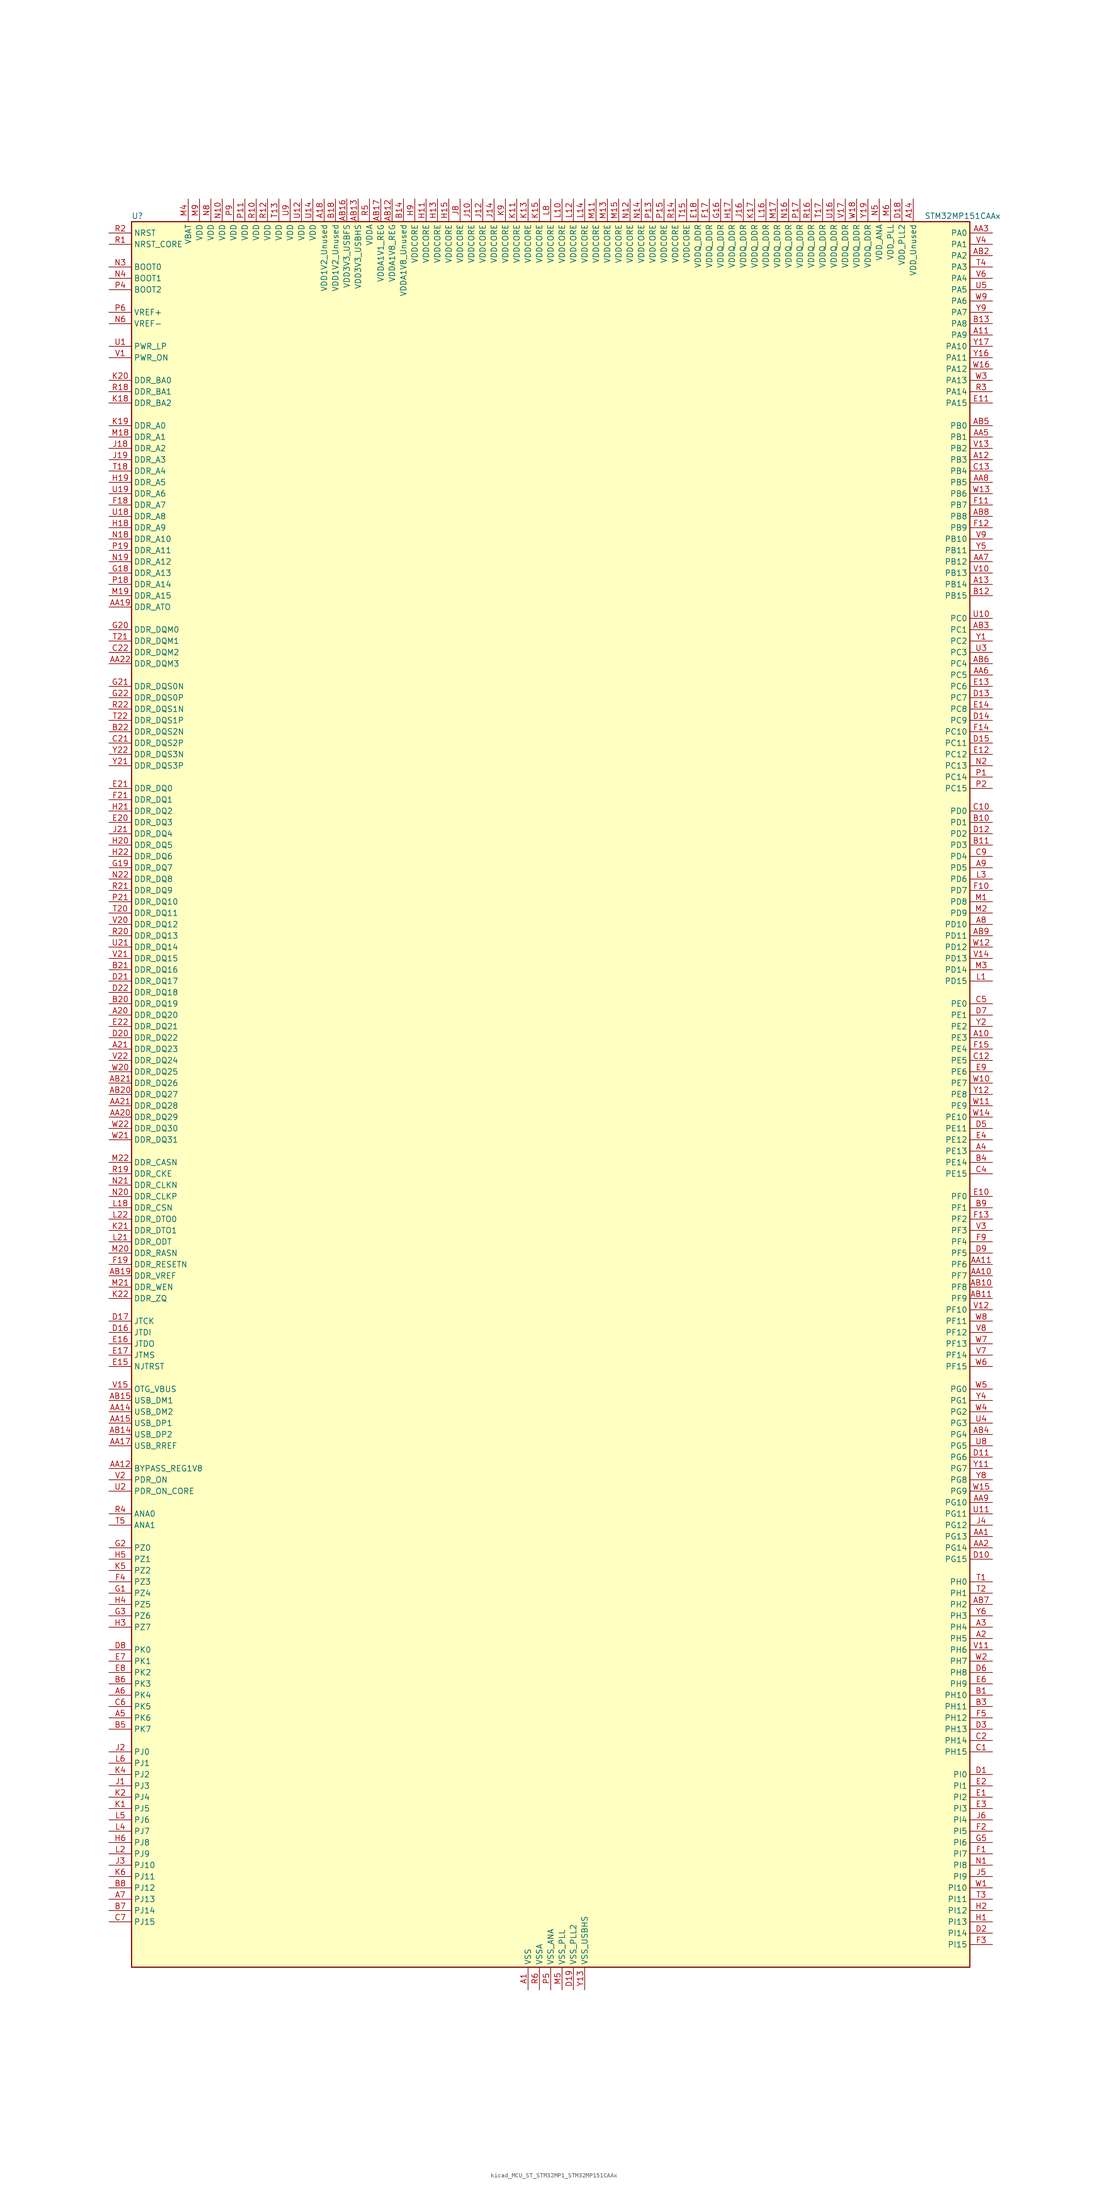
<source format=kicad_sym>
(kicad_symbol_lib
  (version 20220914)
  (generator kicad_symbol_editor)
  (symbol "kicad_MCU_ST_STM32MP1_STM32MP151CAAx"
    (property "Reference" "U"
      (at -93.98 196.85 0)
      (effects (font (size 1.27 1.27)) (justify left)))
    (property "Value" "STM32MP151CAAx"
      (at 83.82 196.85 0)
      (effects (font (size 1.27 1.27)) (justify left)))
    (property "ki_locked" ""
      (at 0 0 0)
      (effects (font (size 1.27 1.27))))
    (symbol "kicad_MCU_ST_STM32MP1_STM32MP151CAAx_0_1"
      (rectangle (start -93.98 -195.58) (end 93.98 195.58) (stroke (width 0.254) (type default)) (fill (type background))))
    (symbol "kicad_MCU_ST_STM32MP1_STM32MP151CAAx_1_1"
      (pin power_in line (at -5.08 -200.66 90) (length 5.08) (name "VSS" (effects (font (size 1.27 1.27)))) (number "A1" (effects (font (size 1.27 1.27)))))
      (pin bidirectional line (at 99.06 12.7 180) (length 5.08) (name "PE3" (effects (font (size 1.27 1.27)))) (number "A10" (effects (font (size 1.27 1.27)))) (alternate "DEBUG_TRACED0" bidirectional line) (alternate "FMC_A19" bidirectional line) (alternate "SAI1_SD_B" bidirectional line) (alternate "SDMMC2_CK" bidirectional line) (alternate "TIM15_BKIN" bidirectional line))
      (pin bidirectional line (at 99.06 170.18 180) (length 5.08) (name "PA9" (effects (font (size 1.27 1.27)))) (number "A11" (effects (font (size 1.27 1.27)))) (alternate "DAC1_EXTI9" bidirectional line) (alternate "DCMI_D0" bidirectional line) (alternate "I2C3_SMBA" bidirectional line) (alternate "I2S2_CK" bidirectional line) (alternate "LTDC_R5" bidirectional line) (alternate "SDMMC2_CDIR" bidirectional line) (alternate "SDMMC2_D5" bidirectional line) (alternate "SPI2_SCK" bidirectional line) (alternate "TIM1_CH2" bidirectional line) (alternate "USART1_TX" bidirectional line))
      (pin bidirectional line (at 99.06 142.24 180) (length 5.08) (name "PB3" (effects (font (size 1.27 1.27)))) (number "A12" (effects (font (size 1.27 1.27)))) (alternate "DEBUG_TRACED9" bidirectional line) (alternate "I2S1_CK" bidirectional line) (alternate "I2S3_CK" bidirectional line) (alternate "SAI4_CK1" bidirectional line) (alternate "SAI4_MCLK_A" bidirectional line) (alternate "SDMMC2_D2" bidirectional line) (alternate "SPI1_SCK" bidirectional line) (alternate "SPI3_SCK" bidirectional line) (alternate "SPI6_SCK" bidirectional line) (alternate "TIM2_CH2" bidirectional line) (alternate "UART7_RX" bidirectional line))
      (pin bidirectional line (at 99.06 114.3 180) (length 5.08) (name "PB14" (effects (font (size 1.27 1.27)))) (number "A13" (effects (font (size 1.27 1.27)))) (alternate "DFSDM1_DATIN2" bidirectional line) (alternate "I2S2_SDI" bidirectional line) (alternate "SDMMC2_D0" bidirectional line) (alternate "SPI2_MISO" bidirectional line) (alternate "TIM12_CH1" bidirectional line) (alternate "TIM1_CH2N" bidirectional line) (alternate "TIM8_CH2N" bidirectional line) (alternate "USART1_TX" bidirectional line) (alternate "USART3_DE" bidirectional line) (alternate "USART3_RTS" bidirectional line))
      (pin power_in line (at 81.28 200.66 270) (length 5.08) (name "VDD_Unused" (effects (font (size 1.27 1.27)))) (number "A14" (effects (font (size 1.27 1.27)))))
      (pin no_connect line (at -93.98 -195.58 0) (length 5.08) hide (name "DNU" (effects (font (size 1.27 1.27)))) (number "A15" (effects (font (size 1.27 1.27)))))
      (pin no_connect line (at -93.98 -193.04 0) (length 5.08) hide (name "DNU" (effects (font (size 1.27 1.27)))) (number "A16" (effects (font (size 1.27 1.27)))))
      (pin no_connect line (at -93.98 -190.5 0) (length 5.08) hide (name "DNU" (effects (font (size 1.27 1.27)))) (number "A17" (effects (font (size 1.27 1.27)))))
      (pin power_in line (at -50.8 200.66 270) (length 5.08) (name "VDD1V2_Unused" (effects (font (size 1.27 1.27)))) (number "A18" (effects (font (size 1.27 1.27)))))
      (pin passive line (at -5.08 -200.66 90) (length 5.08) hide (name "VSS" (effects (font (size 1.27 1.27)))) (number "A19" (effects (font (size 1.27 1.27)))))
      (pin bidirectional line (at 99.06 -121.92 180) (length 5.08) (name "PH5" (effects (font (size 1.27 1.27)))) (number "A2" (effects (font (size 1.27 1.27)))) (alternate "I2C2_SDA" bidirectional line) (alternate "SAI4_SD_B" bidirectional line) (alternate "SPI5_NSS" bidirectional line))
      (pin bidirectional line (at -99.06 17.78 0) (length 5.08) (name "DDR_DQ20" (effects (font (size 1.27 1.27)))) (number "A20" (effects (font (size 1.27 1.27)))) (alternate "DDR_DQ20" bidirectional line))
      (pin bidirectional line (at -99.06 10.16 0) (length 5.08) (name "DDR_DQ23" (effects (font (size 1.27 1.27)))) (number "A21" (effects (font (size 1.27 1.27)))) (alternate "DDR_DQ23" bidirectional line))
      (pin passive line (at -5.08 -200.66 90) (length 5.08) hide (name "VSS" (effects (font (size 1.27 1.27)))) (number "A22" (effects (font (size 1.27 1.27)))))
      (pin bidirectional line (at 99.06 -119.38 180) (length 5.08) (name "PH4" (effects (font (size 1.27 1.27)))) (number "A3" (effects (font (size 1.27 1.27)))) (alternate "I2C2_SCL" bidirectional line) (alternate "LTDC_G4" bidirectional line) (alternate "LTDC_G5" bidirectional line))
      (pin bidirectional line (at 99.06 -12.7 180) (length 5.08) (name "PE13" (effects (font (size 1.27 1.27)))) (number "A4" (effects (font (size 1.27 1.27)))) (alternate "DCMI_D6" bidirectional line) (alternate "DFSDM1_CKIN5" bidirectional line) (alternate "FMC_D10" bidirectional line) (alternate "FMC_DA10" bidirectional line) (alternate "HDP_HDP2" bidirectional line) (alternate "LTDC_DE" bidirectional line) (alternate "SAI2_FS_B" bidirectional line) (alternate "SPI4_MISO" bidirectional line) (alternate "TIM1_CH3" bidirectional line))
      (pin bidirectional line (at -99.06 -139.7 0) (length 5.08) (name "PK6" (effects (font (size 1.27 1.27)))) (number "A5" (effects (font (size 1.27 1.27)))) (alternate "DEBUG_TRACED7" bidirectional line) (alternate "HDP_HDP7" bidirectional line) (alternate "LTDC_B7" bidirectional line))
      (pin bidirectional line (at -99.06 -134.62 0) (length 5.08) (name "PK4" (effects (font (size 1.27 1.27)))) (number "A6" (effects (font (size 1.27 1.27)))) (alternate "LTDC_B5" bidirectional line))
      (pin bidirectional line (at -99.06 -180.34 0) (length 5.08) (name "PJ13" (effects (font (size 1.27 1.27)))) (number "A7" (effects (font (size 1.27 1.27)))) (alternate "LTDC_B1" bidirectional line) (alternate "LTDC_G4" bidirectional line))
      (pin bidirectional line (at 99.06 38.1 180) (length 5.08) (name "PD10" (effects (font (size 1.27 1.27)))) (number "A8" (effects (font (size 1.27 1.27)))) (alternate "DFSDM1_CKOUT" bidirectional line) (alternate "FMC_D15" bidirectional line) (alternate "FMC_DA15" bidirectional line) (alternate "I2C5_SMBA" bidirectional line) (alternate "I2S3_SDI" bidirectional line) (alternate "LTDC_B3" bidirectional line) (alternate "RTC_REFIN" bidirectional line) (alternate "SAI3_FS_B" bidirectional line) (alternate "SPI3_MISO" bidirectional line) (alternate "TIM16_BKIN" bidirectional line) (alternate "USART3_CK" bidirectional line))
      (pin bidirectional line (at 99.06 50.8 180) (length 5.08) (name "PD5" (effects (font (size 1.27 1.27)))) (number "A9" (effects (font (size 1.27 1.27)))) (alternate "FMC_NWE" bidirectional line) (alternate "SDMMC3_D2" bidirectional line) (alternate "USART2_TX" bidirectional line))
      (pin bidirectional line (at 99.06 -99.06 180) (length 5.08) (name "PG13" (effects (font (size 1.27 1.27)))) (number "AA1" (effects (font (size 1.27 1.27)))) (alternate "DEBUG_TRACED0" bidirectional line) (alternate "ETH1_TXD0" bidirectional line) (alternate "FMC_A24" bidirectional line) (alternate "LPTIM1_OUT" bidirectional line) (alternate "LTDC_R0" bidirectional line) (alternate "SAI1_CK2" bidirectional line) (alternate "SAI1_SCK_A" bidirectional line) (alternate "SAI4_CK1" bidirectional line) (alternate "SAI4_MCLK_A" bidirectional line) (alternate "SPI6_SCK" bidirectional line) (alternate "USART6_CTS" bidirectional line) (alternate "USART6_NSS" bidirectional line))
      (pin bidirectional line (at 99.06 -40.64 180) (length 5.08) (name "PF7" (effects (font (size 1.27 1.27)))) (number "AA10" (effects (font (size 1.27 1.27)))) (alternate "QUADSPI_BK1_IO2" bidirectional line) (alternate "SAI1_MCLK_B" bidirectional line) (alternate "SPI5_SCK" bidirectional line) (alternate "TIM17_CH1" bidirectional line) (alternate "UART7_TX" bidirectional line))
      (pin bidirectional line (at 99.06 -38.1 180) (length 5.08) (name "PF6" (effects (font (size 1.27 1.27)))) (number "AA11" (effects (font (size 1.27 1.27)))) (alternate "QUADSPI_BK1_IO3" bidirectional line) (alternate "SAI1_SD_B" bidirectional line) (alternate "SAI4_SCK_B" bidirectional line) (alternate "SPI5_NSS" bidirectional line) (alternate "TIM16_CH1" bidirectional line) (alternate "UART7_RX" bidirectional line))
      (pin bidirectional line (at -99.06 -83.82 0) (length 5.08) (name "BYPASS_REG1V8" (effects (font (size 1.27 1.27)))) (number "AA12" (effects (font (size 1.27 1.27)))))
      (pin passive line (at 7.62 -200.66 90) (length 5.08) hide (name "VSS_USBHS" (effects (font (size 1.27 1.27)))) (number "AA13" (effects (font (size 1.27 1.27)))))
      (pin bidirectional line (at -99.06 -71.12 0) (length 5.08) (name "USB_DM2" (effects (font (size 1.27 1.27)))) (number "AA14" (effects (font (size 1.27 1.27)))) (alternate "USBH_HS2_DM" bidirectional line) (alternate "USB_OTG_HS_DM" bidirectional line))
      (pin bidirectional line (at -99.06 -73.66 0) (length 5.08) (name "USB_DP1" (effects (font (size 1.27 1.27)))) (number "AA15" (effects (font (size 1.27 1.27)))) (alternate "USBH_HS1_DP" bidirectional line))
      (pin passive line (at 7.62 -200.66 90) (length 5.08) hide (name "VSS_USBHS" (effects (font (size 1.27 1.27)))) (number "AA16" (effects (font (size 1.27 1.27)))))
      (pin bidirectional line (at -99.06 -78.74 0) (length 5.08) (name "USB_RREF" (effects (font (size 1.27 1.27)))) (number "AA17" (effects (font (size 1.27 1.27)))))
      (pin passive line (at -5.08 -200.66 90) (length 5.08) hide (name "VSS" (effects (font (size 1.27 1.27)))) (number "AA18" (effects (font (size 1.27 1.27)))))
      (pin bidirectional line (at -99.06 109.22 0) (length 5.08) (name "DDR_ATO" (effects (font (size 1.27 1.27)))) (number "AA19" (effects (font (size 1.27 1.27)))) (alternate "DDR_ATO" bidirectional line))
      (pin bidirectional line (at 99.06 -101.6 180) (length 5.08) (name "PG14" (effects (font (size 1.27 1.27)))) (number "AA2" (effects (font (size 1.27 1.27)))) (alternate "DEBUG_TRACED1" bidirectional line) (alternate "ETH1_TXD1" bidirectional line) (alternate "FMC_A25" bidirectional line) (alternate "LPTIM1_ETR" bidirectional line) (alternate "LTDC_B0" bidirectional line) (alternate "QUADSPI_BK2_IO3" bidirectional line) (alternate "SAI4_D1" bidirectional line) (alternate "SAI4_SD_A" bidirectional line) (alternate "SPI6_MOSI" bidirectional line) (alternate "USART6_TX" bidirectional line))
      (pin bidirectional line (at -99.06 -5.08 0) (length 5.08) (name "DDR_DQ29" (effects (font (size 1.27 1.27)))) (number "AA20" (effects (font (size 1.27 1.27)))) (alternate "DDR_DQ29" bidirectional line))
      (pin bidirectional line (at -99.06 -2.54 0) (length 5.08) (name "DDR_DQ28" (effects (font (size 1.27 1.27)))) (number "AA21" (effects (font (size 1.27 1.27)))) (alternate "DDR_DQ28" bidirectional line))
      (pin bidirectional line (at -99.06 96.52 0) (length 5.08) (name "DDR_DQM3" (effects (font (size 1.27 1.27)))) (number "AA22" (effects (font (size 1.27 1.27)))) (alternate "DDR_DQM3" bidirectional line))
      (pin bidirectional line (at 99.06 193.04 180) (length 5.08) (name "PA0" (effects (font (size 1.27 1.27)))) (number "AA3" (effects (font (size 1.27 1.27)))) (alternate "ADC1_INP16" bidirectional line) (alternate "ETH1_CRS" bidirectional line) (alternate "PWR_WKUP1" bidirectional line) (alternate "SAI2_SD_B" bidirectional line) (alternate "SDMMC2_CMD" bidirectional line) (alternate "TIM15_BKIN" bidirectional line) (alternate "TIM2_CH1" bidirectional line) (alternate "TIM2_ETR" bidirectional line) (alternate "TIM5_CH1" bidirectional line) (alternate "TIM8_ETR" bidirectional line) (alternate "UART4_TX" bidirectional line) (alternate "USART2_CTS" bidirectional line) (alternate "USART2_NSS" bidirectional line))
      (pin passive line (at -5.08 -200.66 90) (length 5.08) hide (name "VSS" (effects (font (size 1.27 1.27)))) (number "AA4" (effects (font (size 1.27 1.27)))))
      (pin bidirectional line (at 99.06 147.32 180) (length 5.08) (name "PB1" (effects (font (size 1.27 1.27)))) (number "AA5" (effects (font (size 1.27 1.27)))) (alternate "ADC1_INP5" bidirectional line) (alternate "ADC2_INP5" bidirectional line) (alternate "DFSDM1_DATIN1" bidirectional line) (alternate "ETH1_RXD3" bidirectional line) (alternate "LTDC_G0" bidirectional line) (alternate "LTDC_R6" bidirectional line) (alternate "TIM1_CH3N" bidirectional line) (alternate "TIM3_CH4" bidirectional line) (alternate "TIM8_CH3N" bidirectional line))
      (pin bidirectional line (at 99.06 93.98 180) (length 5.08) (name "PC5" (effects (font (size 1.27 1.27)))) (number "AA6" (effects (font (size 1.27 1.27)))) (alternate "ADC1_INN4" bidirectional line) (alternate "ADC1_INP8" bidirectional line) (alternate "ADC2_INN4" bidirectional line) (alternate "ADC2_INP8" bidirectional line) (alternate "DFSDM1_DATIN2" bidirectional line) (alternate "ETH1_RXD1" bidirectional line) (alternate "SAI1_D3" bidirectional line) (alternate "SAI1_D4" bidirectional line) (alternate "SAI4_D3" bidirectional line) (alternate "SAI4_D4" bidirectional line) (alternate "SPDIFRX_IN3" bidirectional line))
      (pin bidirectional line (at 99.06 119.38 180) (length 5.08) (name "PB12" (effects (font (size 1.27 1.27)))) (number "AA7" (effects (font (size 1.27 1.27)))) (alternate "DFSDM1_DATIN1" bidirectional line) (alternate "ETH1_TXD0" bidirectional line) (alternate "I2C2_SMBA" bidirectional line) (alternate "I2C6_SMBA" bidirectional line) (alternate "I2S2_WS" bidirectional line) (alternate "SPI2_NSS" bidirectional line) (alternate "TIM1_BKIN" bidirectional line) (alternate "UART5_RX" bidirectional line) (alternate "USART3_CK" bidirectional line) (alternate "USART3_RX" bidirectional line))
      (pin bidirectional line (at 99.06 137.16 180) (length 5.08) (name "PB5" (effects (font (size 1.27 1.27)))) (number "AA8" (effects (font (size 1.27 1.27)))) (alternate "DCMI_D10" bidirectional line) (alternate "ETH1_CLK" bidirectional line) (alternate "ETH1_PPS_OUT" bidirectional line) (alternate "I2C1_SMBA" bidirectional line) (alternate "I2C4_SMBA" bidirectional line) (alternate "I2S1_SDO" bidirectional line) (alternate "I2S3_SDO" bidirectional line) (alternate "LTDC_G7" bidirectional line) (alternate "SAI4_D1" bidirectional line) (alternate "SAI4_SD_A" bidirectional line) (alternate "SPI1_MOSI" bidirectional line) (alternate "SPI3_MOSI" bidirectional line) (alternate "SPI6_MOSI" bidirectional line) (alternate "TIM17_BKIN" bidirectional line) (alternate "TIM3_CH2" bidirectional line) (alternate "UART5_RX" bidirectional line))
      (pin bidirectional line (at 99.06 -91.44 180) (length 5.08) (name "PG10" (effects (font (size 1.27 1.27)))) (number "AA9" (effects (font (size 1.27 1.27)))) (alternate "DCMI_D2" bidirectional line) (alternate "DEBUG_TRACED10" bidirectional line) (alternate "FMC_NE3" bidirectional line) (alternate "LTDC_B2" bidirectional line) (alternate "LTDC_G3" bidirectional line) (alternate "QUADSPI_BK2_IO2" bidirectional line) (alternate "SAI2_SD_B" bidirectional line) (alternate "UART8_CTS" bidirectional line))
      (pin passive line (at -5.08 -200.66 90) (length 5.08) hide (name "VSS" (effects (font (size 1.27 1.27)))) (number "AB1" (effects (font (size 1.27 1.27)))))
      (pin bidirectional line (at 99.06 -43.18 180) (length 5.08) (name "PF8" (effects (font (size 1.27 1.27)))) (number "AB10" (effects (font (size 1.27 1.27)))) (alternate "DEBUG_TRACED12" bidirectional line) (alternate "QUADSPI_BK1_IO0" bidirectional line) (alternate "SAI1_SCK_B" bidirectional line) (alternate "SPI5_MISO" bidirectional line) (alternate "TIM13_CH1" bidirectional line) (alternate "TIM16_CH1N" bidirectional line) (alternate "UART7_DE" bidirectional line) (alternate "UART7_RTS" bidirectional line))
      (pin bidirectional line (at 99.06 -45.72 180) (length 5.08) (name "PF9" (effects (font (size 1.27 1.27)))) (number "AB11" (effects (font (size 1.27 1.27)))) (alternate "DAC1_EXTI9" bidirectional line) (alternate "DEBUG_TRACED13" bidirectional line) (alternate "QUADSPI_BK1_IO1" bidirectional line) (alternate "SAI1_FS_B" bidirectional line) (alternate "SPI5_MOSI" bidirectional line) (alternate "TIM14_CH1" bidirectional line) (alternate "TIM17_CH1N" bidirectional line) (alternate "UART7_CTS" bidirectional line))
      (pin power_in line (at -35.56 200.66 270) (length 5.08) (name "VDDA1V8_REG" (effects (font (size 1.27 1.27)))) (number "AB12" (effects (font (size 1.27 1.27)))))
      (pin power_in line (at -43.18 200.66 270) (length 5.08) (name "VDD3V3_USBHS" (effects (font (size 1.27 1.27)))) (number "AB13" (effects (font (size 1.27 1.27)))))
      (pin bidirectional line (at -99.06 -76.2 0) (length 5.08) (name "USB_DP2" (effects (font (size 1.27 1.27)))) (number "AB14" (effects (font (size 1.27 1.27)))) (alternate "USBH_HS2_DP" bidirectional line) (alternate "USB_OTG_HS_DP" bidirectional line))
      (pin bidirectional line (at -99.06 -68.58 0) (length 5.08) (name "USB_DM1" (effects (font (size 1.27 1.27)))) (number "AB15" (effects (font (size 1.27 1.27)))) (alternate "USBH_HS1_DM" bidirectional line))
      (pin power_in line (at -45.72 200.66 270) (length 5.08) (name "VDD3V3_USBFS" (effects (font (size 1.27 1.27)))) (number "AB16" (effects (font (size 1.27 1.27)))))
      (pin power_in line (at -38.1 200.66 270) (length 5.08) (name "VDDA1V1_REG" (effects (font (size 1.27 1.27)))) (number "AB17" (effects (font (size 1.27 1.27)))))
      (pin passive line (at -5.08 -200.66 90) (length 5.08) hide (name "VSS" (effects (font (size 1.27 1.27)))) (number "AB18" (effects (font (size 1.27 1.27)))))
      (pin bidirectional line (at -99.06 -40.64 0) (length 5.08) (name "DDR_VREF" (effects (font (size 1.27 1.27)))) (number "AB19" (effects (font (size 1.27 1.27)))) (alternate "DDR_VREF" bidirectional line))
      (pin bidirectional line (at 99.06 187.96 180) (length 5.08) (name "PA2" (effects (font (size 1.27 1.27)))) (number "AB2" (effects (font (size 1.27 1.27)))) (alternate "ADC1_INP14" bidirectional line) (alternate "ETH1_MDIO" bidirectional line) (alternate "LPTIM4_OUT" bidirectional line) (alternate "LTDC_R1" bidirectional line) (alternate "PWR_WKUP2" bidirectional line) (alternate "SAI2_SCK_B" bidirectional line) (alternate "SDMMC2_D0DIR" bidirectional line) (alternate "TIM15_CH1" bidirectional line) (alternate "TIM2_CH3" bidirectional line) (alternate "TIM5_CH3" bidirectional line) (alternate "USART2_TX" bidirectional line))
      (pin bidirectional line (at -99.06 0 0) (length 5.08) (name "DDR_DQ27" (effects (font (size 1.27 1.27)))) (number "AB20" (effects (font (size 1.27 1.27)))) (alternate "DDR_DQ27" bidirectional line))
      (pin bidirectional line (at -99.06 2.54 0) (length 5.08) (name "DDR_DQ26" (effects (font (size 1.27 1.27)))) (number "AB21" (effects (font (size 1.27 1.27)))) (alternate "DDR_DQ26" bidirectional line))
      (pin passive line (at -5.08 -200.66 90) (length 5.08) hide (name "VSS" (effects (font (size 1.27 1.27)))) (number "AB22" (effects (font (size 1.27 1.27)))))
      (pin bidirectional line (at 99.06 104.14 180) (length 5.08) (name "PC1" (effects (font (size 1.27 1.27)))) (number "AB3" (effects (font (size 1.27 1.27)))) (alternate "ADC1_INN10" bidirectional line) (alternate "ADC1_INP11" bidirectional line) (alternate "ADC2_INN10" bidirectional line) (alternate "ADC2_INP11" bidirectional line) (alternate "DEBUG_TRACED0" bidirectional line) (alternate "DFSDM1_CKIN4" bidirectional line) (alternate "DFSDM1_DATIN0" bidirectional line) (alternate "ETH1_MDC" bidirectional line) (alternate "I2S2_SDO" bidirectional line) (alternate "PWR_WKUP6" bidirectional line) (alternate "SAI1_D1" bidirectional line) (alternate "SAI1_SD_A" bidirectional line) (alternate "SDMMC2_CK" bidirectional line) (alternate "SPI2_MOSI" bidirectional line) (alternate "TAMP_IN3" bidirectional line))
      (pin bidirectional line (at 99.06 -76.2 180) (length 5.08) (name "PG4" (effects (font (size 1.27 1.27)))) (number "AB4" (effects (font (size 1.27 1.27)))) (alternate "ETH1_GTX_CLK" bidirectional line) (alternate "FMC_A14" bidirectional line) (alternate "TIM1_BKIN2" bidirectional line))
      (pin bidirectional line (at 99.06 149.86 180) (length 5.08) (name "PB0" (effects (font (size 1.27 1.27)))) (number "AB5" (effects (font (size 1.27 1.27)))) (alternate "ADC1_INN5" bidirectional line) (alternate "ADC1_INP9" bidirectional line) (alternate "ADC2_INN5" bidirectional line) (alternate "ADC2_INP9" bidirectional line) (alternate "DFSDM1_CKOUT" bidirectional line) (alternate "ETH1_RXD2" bidirectional line) (alternate "LTDC_G1" bidirectional line) (alternate "LTDC_R3" bidirectional line) (alternate "TIM1_CH2N" bidirectional line) (alternate "TIM3_CH3" bidirectional line) (alternate "TIM8_CH2N" bidirectional line) (alternate "UART4_CTS" bidirectional line))
      (pin bidirectional line (at 99.06 96.52 180) (length 5.08) (name "PC4" (effects (font (size 1.27 1.27)))) (number "AB6" (effects (font (size 1.27 1.27)))) (alternate "ADC1_INP4" bidirectional line) (alternate "ADC2_INP4" bidirectional line) (alternate "DFSDM1_CKIN2" bidirectional line) (alternate "ETH1_RXD0" bidirectional line) (alternate "I2S1_MCK" bidirectional line) (alternate "SPDIFRX_IN2" bidirectional line))
      (pin bidirectional line (at 99.06 -114.3 180) (length 5.08) (name "PH2" (effects (font (size 1.27 1.27)))) (number "AB7" (effects (font (size 1.27 1.27)))) (alternate "ETH1_CRS" bidirectional line) (alternate "LPTIM1_IN2" bidirectional line) (alternate "LTDC_R0" bidirectional line) (alternate "QUADSPI_BK2_IO0" bidirectional line) (alternate "SAI2_SCK_B" bidirectional line))
      (pin bidirectional line (at 99.06 129.54 180) (length 5.08) (name "PB8" (effects (font (size 1.27 1.27)))) (number "AB8" (effects (font (size 1.27 1.27)))) (alternate "DCMI_D6" bidirectional line) (alternate "DFSDM1_CKIN7" bidirectional line) (alternate "ETH1_TXD3" bidirectional line) (alternate "HDP_HDP6" bidirectional line) (alternate "I2C1_SCL" bidirectional line) (alternate "I2C4_SCL" bidirectional line) (alternate "LTDC_B6" bidirectional line) (alternate "SDMMC1_CKIN" bidirectional line) (alternate "SDMMC1_D4" bidirectional line) (alternate "SDMMC2_CKIN" bidirectional line) (alternate "SDMMC2_D4" bidirectional line) (alternate "TIM16_CH1" bidirectional line) (alternate "TIM4_CH3" bidirectional line) (alternate "UART4_RX" bidirectional line))
      (pin bidirectional line (at 99.06 35.56 180) (length 5.08) (name "PD11" (effects (font (size 1.27 1.27)))) (number "AB9" (effects (font (size 1.27 1.27)))) (alternate "ADC1_EXTI11" bidirectional line) (alternate "ADC2_EXTI11" bidirectional line) (alternate "FMC_A16" bidirectional line) (alternate "FMC_CLE" bidirectional line) (alternate "I2C1_SMBA" bidirectional line) (alternate "I2C4_SMBA" bidirectional line) (alternate "LPTIM2_IN2" bidirectional line) (alternate "QUADSPI_BK1_IO0" bidirectional line) (alternate "SAI2_SD_A" bidirectional line) (alternate "USART3_CTS" bidirectional line) (alternate "USART3_NSS" bidirectional line))
      (pin bidirectional line (at 99.06 -134.62 180) (length 5.08) (name "PH10" (effects (font (size 1.27 1.27)))) (number "B1" (effects (font (size 1.27 1.27)))) (alternate "DCMI_D1" bidirectional line) (alternate "I2C1_SMBA" bidirectional line) (alternate "I2C4_SMBA" bidirectional line) (alternate "LTDC_R4" bidirectional line) (alternate "TIM5_CH1" bidirectional line))
      (pin bidirectional line (at 99.06 60.96 180) (length 5.08) (name "PD1" (effects (font (size 1.27 1.27)))) (number "B10" (effects (font (size 1.27 1.27)))) (alternate "DFSDM1_CKIN7" bidirectional line) (alternate "DFSDM1_DATIN6" bidirectional line) (alternate "FMC_D3" bidirectional line) (alternate "FMC_DA3" bidirectional line) (alternate "I2C5_SCL" bidirectional line) (alternate "I2C6_SCL" bidirectional line) (alternate "SAI3_SD_A" bidirectional line) (alternate "SDMMC3_D0" bidirectional line) (alternate "UART4_TX" bidirectional line))
      (pin bidirectional line (at 99.06 55.88 180) (length 5.08) (name "PD3" (effects (font (size 1.27 1.27)))) (number "B11" (effects (font (size 1.27 1.27)))) (alternate "DCMI_D5" bidirectional line) (alternate "DFSDM1_CKOUT" bidirectional line) (alternate "DFSDM1_DATIN0" bidirectional line) (alternate "FMC_CLK" bidirectional line) (alternate "HDP_HDP5" bidirectional line) (alternate "I2S2_CK" bidirectional line) (alternate "LTDC_G7" bidirectional line) (alternate "SDMMC1_D123DIR" bidirectional line) (alternate "SDMMC1_D7" bidirectional line) (alternate "SDMMC2_D123DIR" bidirectional line) (alternate "SDMMC2_D7" bidirectional line) (alternate "SPI2_SCK" bidirectional line) (alternate "USART2_CTS" bidirectional line) (alternate "USART2_NSS" bidirectional line))
      (pin bidirectional line (at 99.06 111.76 180) (length 5.08) (name "PB15" (effects (font (size 1.27 1.27)))) (number "B12" (effects (font (size 1.27 1.27)))) (alternate "ADC1_EXTI15" bidirectional line) (alternate "ADC2_EXTI15" bidirectional line) (alternate "DFSDM1_CKIN2" bidirectional line) (alternate "I2S2_SDO" bidirectional line) (alternate "RTC_REFIN" bidirectional line) (alternate "SDMMC2_D1" bidirectional line) (alternate "SPI2_MOSI" bidirectional line) (alternate "TIM12_CH2" bidirectional line) (alternate "TIM1_CH3N" bidirectional line) (alternate "TIM8_CH3N" bidirectional line) (alternate "USART1_RX" bidirectional line))
      (pin bidirectional line (at 99.06 172.72 180) (length 5.08) (name "PA8" (effects (font (size 1.27 1.27)))) (number "B13" (effects (font (size 1.27 1.27)))) (alternate "I2C3_SCL" bidirectional line) (alternate "I2S3_SDO" bidirectional line) (alternate "LTDC_R6" bidirectional line) (alternate "RCC_MCO_1" bidirectional line) (alternate "SAI4_SD_B" bidirectional line) (alternate "SDMMC2_CKIN" bidirectional line) (alternate "SDMMC2_D4" bidirectional line) (alternate "SPI3_MOSI" bidirectional line) (alternate "TIM1_CH1" bidirectional line) (alternate "TIM8_BKIN2" bidirectional line) (alternate "UART7_RX" bidirectional line) (alternate "USART1_CK" bidirectional line) (alternate "USB_OTG_HS_SOF" bidirectional line))
      (pin power_in line (at -33.02 200.66 270) (length 5.08) (name "VDDA1V8_Unused" (effects (font (size 1.27 1.27)))) (number "B14" (effects (font (size 1.27 1.27)))))
      (pin no_connect line (at -93.98 -187.96 0) (length 5.08) hide (name "DNU" (effects (font (size 1.27 1.27)))) (number "B15" (effects (font (size 1.27 1.27)))))
      (pin no_connect line (at -93.98 -185.42 0) (length 5.08) hide (name "DNU" (effects (font (size 1.27 1.27)))) (number "B16" (effects (font (size 1.27 1.27)))))
      (pin no_connect line (at -93.98 -182.88 0) (length 5.08) hide (name "DNU" (effects (font (size 1.27 1.27)))) (number "B17" (effects (font (size 1.27 1.27)))))
      (pin power_in line (at -48.26 200.66 270) (length 5.08) (name "VDD1V2_Unused" (effects (font (size 1.27 1.27)))) (number "B18" (effects (font (size 1.27 1.27)))))
      (pin passive line (at -5.08 -200.66 90) (length 5.08) hide (name "VSS" (effects (font (size 1.27 1.27)))) (number "B19" (effects (font (size 1.27 1.27)))))
      (pin passive line (at -5.08 -200.66 90) (length 5.08) hide (name "VSS" (effects (font (size 1.27 1.27)))) (number "B2" (effects (font (size 1.27 1.27)))))
      (pin bidirectional line (at -99.06 20.32 0) (length 5.08) (name "DDR_DQ19" (effects (font (size 1.27 1.27)))) (number "B20" (effects (font (size 1.27 1.27)))) (alternate "DDR_DQ19" bidirectional line))
      (pin bidirectional line (at -99.06 27.94 0) (length 5.08) (name "DDR_DQ16" (effects (font (size 1.27 1.27)))) (number "B21" (effects (font (size 1.27 1.27)))) (alternate "DDR_DQ16" bidirectional line))
      (pin bidirectional line (at -99.06 81.28 0) (length 5.08) (name "DDR_DQS2N" (effects (font (size 1.27 1.27)))) (number "B22" (effects (font (size 1.27 1.27)))) (alternate "DDR_DQS2N" bidirectional line))
      (pin bidirectional line (at 99.06 -137.16 180) (length 5.08) (name "PH11" (effects (font (size 1.27 1.27)))) (number "B3" (effects (font (size 1.27 1.27)))) (alternate "ADC1_EXTI11" bidirectional line) (alternate "ADC2_EXTI11" bidirectional line) (alternate "DCMI_D2" bidirectional line) (alternate "I2C1_SCL" bidirectional line) (alternate "I2C4_SCL" bidirectional line) (alternate "LTDC_R5" bidirectional line) (alternate "TIM5_CH2" bidirectional line))
      (pin bidirectional line (at 99.06 -15.24 180) (length 5.08) (name "PE14" (effects (font (size 1.27 1.27)))) (number "B4" (effects (font (size 1.27 1.27)))) (alternate "FMC_D11" bidirectional line) (alternate "FMC_DA11" bidirectional line) (alternate "LTDC_CLK" bidirectional line) (alternate "LTDC_G0" bidirectional line) (alternate "SAI2_MCLK_B" bidirectional line) (alternate "SDMMC1_D123DIR" bidirectional line) (alternate "SPI4_MOSI" bidirectional line) (alternate "TIM1_CH4" bidirectional line) (alternate "UART8_DE" bidirectional line) (alternate "UART8_RTS" bidirectional line))
      (pin bidirectional line (at -99.06 -142.24 0) (length 5.08) (name "PK7" (effects (font (size 1.27 1.27)))) (number "B5" (effects (font (size 1.27 1.27)))) (alternate "LTDC_DE" bidirectional line))
      (pin bidirectional line (at -99.06 -132.08 0) (length 5.08) (name "PK3" (effects (font (size 1.27 1.27)))) (number "B6" (effects (font (size 1.27 1.27)))) (alternate "LTDC_B4" bidirectional line))
      (pin bidirectional line (at -99.06 -182.88 0) (length 5.08) (name "PJ14" (effects (font (size 1.27 1.27)))) (number "B7" (effects (font (size 1.27 1.27)))) (alternate "LTDC_B2" bidirectional line))
      (pin bidirectional line (at -99.06 -177.8 0) (length 5.08) (name "PJ12" (effects (font (size 1.27 1.27)))) (number "B8" (effects (font (size 1.27 1.27)))) (alternate "LTDC_B0" bidirectional line) (alternate "LTDC_G3" bidirectional line))
      (pin bidirectional line (at 99.06 -25.4 180) (length 5.08) (name "PF1" (effects (font (size 1.27 1.27)))) (number "B9" (effects (font (size 1.27 1.27)))) (alternate "FMC_A1" bidirectional line) (alternate "I2C2_SCL" bidirectional line) (alternate "SDMMC3_CDIR" bidirectional line) (alternate "SDMMC3_CMD" bidirectional line))
      (pin bidirectional line (at 99.06 -147.32 180) (length 5.08) (name "PH15" (effects (font (size 1.27 1.27)))) (number "C1" (effects (font (size 1.27 1.27)))) (alternate "ADC1_EXTI15" bidirectional line) (alternate "ADC2_EXTI15" bidirectional line) (alternate "DCMI_D11" bidirectional line) (alternate "LTDC_G4" bidirectional line) (alternate "TIM8_CH3N" bidirectional line))
      (pin bidirectional line (at 99.06 63.5 180) (length 5.08) (name "PD0" (effects (font (size 1.27 1.27)))) (number "C10" (effects (font (size 1.27 1.27)))) (alternate "DFSDM1_CKIN6" bidirectional line) (alternate "DFSDM1_DATIN7" bidirectional line) (alternate "FMC_D2" bidirectional line) (alternate "FMC_DA2" bidirectional line) (alternate "I2C5_SDA" bidirectional line) (alternate "I2C6_SDA" bidirectional line) (alternate "SAI3_SCK_A" bidirectional line) (alternate "SDMMC3_CMD" bidirectional line) (alternate "UART4_RX" bidirectional line))
      (pin passive line (at -5.08 -200.66 90) (length 5.08) hide (name "VSS" (effects (font (size 1.27 1.27)))) (number "C11" (effects (font (size 1.27 1.27)))))
      (pin bidirectional line (at 99.06 7.62 180) (length 5.08) (name "PE5" (effects (font (size 1.27 1.27)))) (number "C12" (effects (font (size 1.27 1.27)))) (alternate "DCMI_D6" bidirectional line) (alternate "DEBUG_TRACED3" bidirectional line) (alternate "DFSDM1_CKIN3" bidirectional line) (alternate "FMC_A21" bidirectional line) (alternate "LTDC_G0" bidirectional line) (alternate "SAI1_CK2" bidirectional line) (alternate "SAI1_SCK_A" bidirectional line) (alternate "SDMMC1_D0DIR" bidirectional line) (alternate "SDMMC1_D6" bidirectional line) (alternate "SDMMC2_D0DIR" bidirectional line) (alternate "SDMMC2_D6" bidirectional line) (alternate "SPI4_MISO" bidirectional line) (alternate "TIM15_CH1" bidirectional line))
      (pin bidirectional line (at 99.06 139.7 180) (length 5.08) (name "PB4" (effects (font (size 1.27 1.27)))) (number "C13" (effects (font (size 1.27 1.27)))) (alternate "DEBUG_TRACED8" bidirectional line) (alternate "I2S1_SDI" bidirectional line) (alternate "I2S2_WS" bidirectional line) (alternate "I2S3_SDI" bidirectional line) (alternate "SAI4_CK2" bidirectional line) (alternate "SAI4_SCK_A" bidirectional line) (alternate "SDMMC2_D3" bidirectional line) (alternate "SPI1_MISO" bidirectional line) (alternate "SPI2_NSS" bidirectional line) (alternate "SPI3_MISO" bidirectional line) (alternate "SPI6_MISO" bidirectional line) (alternate "TIM16_BKIN" bidirectional line) (alternate "TIM3_CH1" bidirectional line) (alternate "UART7_TX" bidirectional line))
      (pin passive line (at -5.08 -200.66 90) (length 5.08) hide (name "VSS" (effects (font (size 1.27 1.27)))) (number "C14" (effects (font (size 1.27 1.27)))))
      (pin passive line (at -5.08 -200.66 90) (length 5.08) hide (name "VSS" (effects (font (size 1.27 1.27)))) (number "C15" (effects (font (size 1.27 1.27)))))
      (pin passive line (at -5.08 -200.66 90) (length 5.08) hide (name "VSS" (effects (font (size 1.27 1.27)))) (number "C16" (effects (font (size 1.27 1.27)))))
      (pin passive line (at -5.08 -200.66 90) (length 5.08) hide (name "VSS" (effects (font (size 1.27 1.27)))) (number "C17" (effects (font (size 1.27 1.27)))))
      (pin passive line (at -5.08 -200.66 90) (length 5.08) hide (name "VSS" (effects (font (size 1.27 1.27)))) (number "C18" (effects (font (size 1.27 1.27)))))
      (pin passive line (at -5.08 -200.66 90) (length 5.08) hide (name "VSS" (effects (font (size 1.27 1.27)))) (number "C19" (effects (font (size 1.27 1.27)))))
      (pin bidirectional line (at 99.06 -144.78 180) (length 5.08) (name "PH14" (effects (font (size 1.27 1.27)))) (number "C2" (effects (font (size 1.27 1.27)))) (alternate "DCMI_D4" bidirectional line) (alternate "LTDC_G3" bidirectional line) (alternate "TIM8_CH2N" bidirectional line) (alternate "UART4_RX" bidirectional line))
      (pin passive line (at -5.08 -200.66 90) (length 5.08) hide (name "VSS" (effects (font (size 1.27 1.27)))) (number "C20" (effects (font (size 1.27 1.27)))))
      (pin bidirectional line (at -99.06 78.74 0) (length 5.08) (name "DDR_DQS2P" (effects (font (size 1.27 1.27)))) (number "C21" (effects (font (size 1.27 1.27)))) (alternate "DDR_DQS2P" bidirectional line))
      (pin bidirectional line (at -99.06 99.06 0) (length 5.08) (name "DDR_DQM2" (effects (font (size 1.27 1.27)))) (number "C22" (effects (font (size 1.27 1.27)))) (alternate "DDR_DQM2" bidirectional line))
      (pin passive line (at -5.08 -200.66 90) (length 5.08) hide (name "VSS" (effects (font (size 1.27 1.27)))) (number "C3" (effects (font (size 1.27 1.27)))))
      (pin bidirectional line (at 99.06 -17.78 180) (length 5.08) (name "PE15" (effects (font (size 1.27 1.27)))) (number "C4" (effects (font (size 1.27 1.27)))) (alternate "ADC1_EXTI15" bidirectional line) (alternate "ADC2_EXTI15" bidirectional line) (alternate "FMC_D12" bidirectional line) (alternate "FMC_DA12" bidirectional line) (alternate "FMC_NCE2" bidirectional line) (alternate "HDP_HDP3" bidirectional line) (alternate "LTDC_R7" bidirectional line) (alternate "TIM15_BKIN" bidirectional line) (alternate "TIM1_BKIN" bidirectional line) (alternate "UART8_CTS" bidirectional line) (alternate "USART2_CTS" bidirectional line) (alternate "USART2_NSS" bidirectional line))
      (pin bidirectional line (at 99.06 20.32 180) (length 5.08) (name "PE0" (effects (font (size 1.27 1.27)))) (number "C5" (effects (font (size 1.27 1.27)))) (alternate "DCMI_D2" bidirectional line) (alternate "FMC_NBL0" bidirectional line) (alternate "I2S3_CK" bidirectional line) (alternate "LPTIM1_ETR" bidirectional line) (alternate "LPTIM2_ETR" bidirectional line) (alternate "SAI2_MCLK_A" bidirectional line) (alternate "SAI4_MCLK_B" bidirectional line) (alternate "SPI3_SCK" bidirectional line) (alternate "TIM4_ETR" bidirectional line) (alternate "UART8_RX" bidirectional line))
      (pin bidirectional line (at -99.06 -137.16 0) (length 5.08) (name "PK5" (effects (font (size 1.27 1.27)))) (number "C6" (effects (font (size 1.27 1.27)))) (alternate "DEBUG_TRACED6" bidirectional line) (alternate "HDP_HDP6" bidirectional line) (alternate "LTDC_B6" bidirectional line))
      (pin bidirectional line (at -99.06 -185.42 0) (length 5.08) (name "PJ15" (effects (font (size 1.27 1.27)))) (number "C7" (effects (font (size 1.27 1.27)))) (alternate "ADC1_EXTI15" bidirectional line) (alternate "ADC2_EXTI15" bidirectional line) (alternate "LTDC_B3" bidirectional line))
      (pin passive line (at -5.08 -200.66 90) (length 5.08) hide (name "VSS" (effects (font (size 1.27 1.27)))) (number "C8" (effects (font (size 1.27 1.27)))))
      (pin bidirectional line (at 99.06 53.34 180) (length 5.08) (name "PD4" (effects (font (size 1.27 1.27)))) (number "C9" (effects (font (size 1.27 1.27)))) (alternate "DFSDM1_CKIN0" bidirectional line) (alternate "FMC_NOE" bidirectional line) (alternate "SAI3_FS_A" bidirectional line) (alternate "SDMMC3_D1" bidirectional line) (alternate "USART2_DE" bidirectional line) (alternate "USART2_RTS" bidirectional line))
      (pin bidirectional line (at 99.06 -152.4 180) (length 5.08) (name "PI0" (effects (font (size 1.27 1.27)))) (number "D1" (effects (font (size 1.27 1.27)))) (alternate "DCMI_D13" bidirectional line) (alternate "I2S2_WS" bidirectional line) (alternate "LTDC_G5" bidirectional line) (alternate "SPI2_NSS" bidirectional line) (alternate "TIM5_CH4" bidirectional line))
      (pin bidirectional line (at 99.06 -104.14 180) (length 5.08) (name "PG15" (effects (font (size 1.27 1.27)))) (number "D10" (effects (font (size 1.27 1.27)))) (alternate "ADC1_EXTI15" bidirectional line) (alternate "ADC2_EXTI15" bidirectional line) (alternate "DCMI_D13" bidirectional line) (alternate "DEBUG_TRACED7" bidirectional line) (alternate "I2C2_SDA" bidirectional line) (alternate "SAI1_D2" bidirectional line) (alternate "SAI1_FS_A" bidirectional line) (alternate "SDMMC3_CK" bidirectional line) (alternate "USART6_CTS" bidirectional line) (alternate "USART6_NSS" bidirectional line))
      (pin bidirectional line (at 99.06 -81.28 180) (length 5.08) (name "PG6" (effects (font (size 1.27 1.27)))) (number "D11" (effects (font (size 1.27 1.27)))) (alternate "DCMI_D12" bidirectional line) (alternate "DEBUG_TRACED14" bidirectional line) (alternate "LTDC_R7" bidirectional line) (alternate "SDMMC2_CMD" bidirectional line) (alternate "TIM17_BKIN" bidirectional line))
      (pin bidirectional line (at 99.06 58.42 180) (length 5.08) (name "PD2" (effects (font (size 1.27 1.27)))) (number "D12" (effects (font (size 1.27 1.27)))) (alternate "DCMI_D11" bidirectional line) (alternate "I2C5_SMBA" bidirectional line) (alternate "SDMMC1_CMD" bidirectional line) (alternate "TIM3_ETR" bidirectional line) (alternate "UART4_RX" bidirectional line) (alternate "UART5_RX" bidirectional line))
      (pin bidirectional line (at 99.06 88.9 180) (length 5.08) (name "PC7" (effects (font (size 1.27 1.27)))) (number "D13" (effects (font (size 1.27 1.27)))) (alternate "DCMI_D1" bidirectional line) (alternate "DFSDM1_DATIN3" bidirectional line) (alternate "HDP_HDP4" bidirectional line) (alternate "I2S3_MCK" bidirectional line) (alternate "LTDC_G6" bidirectional line) (alternate "SDMMC1_D123DIR" bidirectional line) (alternate "SDMMC1_D7" bidirectional line) (alternate "SDMMC2_D123DIR" bidirectional line) (alternate "SDMMC2_D7" bidirectional line) (alternate "TIM3_CH2" bidirectional line) (alternate "TIM8_CH2" bidirectional line) (alternate "USART6_RX" bidirectional line))
      (pin bidirectional line (at 99.06 83.82 180) (length 5.08) (name "PC9" (effects (font (size 1.27 1.27)))) (number "D14" (effects (font (size 1.27 1.27)))) (alternate "DAC1_EXTI9" bidirectional line) (alternate "DCMI_D3" bidirectional line) (alternate "DEBUG_TRACED1" bidirectional line) (alternate "I2C3_SDA" bidirectional line) (alternate "I2S_CKIN" bidirectional line) (alternate "LTDC_B2" bidirectional line) (alternate "QUADSPI_BK1_IO0" bidirectional line) (alternate "SDMMC1_D1" bidirectional line) (alternate "TIM3_CH4" bidirectional line) (alternate "TIM8_CH4" bidirectional line) (alternate "UART5_CTS" bidirectional line))
      (pin bidirectional line (at 99.06 78.74 180) (length 5.08) (name "PC11" (effects (font (size 1.27 1.27)))) (number "D15" (effects (font (size 1.27 1.27)))) (alternate "ADC1_EXTI11" bidirectional line) (alternate "ADC2_EXTI11" bidirectional line) (alternate "DCMI_D4" bidirectional line) (alternate "DEBUG_TRACED3" bidirectional line) (alternate "DFSDM1_DATIN5" bidirectional line) (alternate "I2S3_SDI" bidirectional line) (alternate "QUADSPI_BK2_NCS" bidirectional line) (alternate "SAI4_SCK_B" bidirectional line) (alternate "SDMMC1_D3" bidirectional line) (alternate "SPI3_MISO" bidirectional line) (alternate "UART4_RX" bidirectional line) (alternate "USART3_RX" bidirectional line))
      (pin bidirectional line (at -99.06 -53.34 0) (length 5.08) (name "JTDI" (effects (font (size 1.27 1.27)))) (number "D16" (effects (font (size 1.27 1.27)))) (alternate "DEBUG_JTDI" bidirectional line))
      (pin bidirectional line (at -99.06 -50.8 0) (length 5.08) (name "JTCK" (effects (font (size 1.27 1.27)))) (number "D17" (effects (font (size 1.27 1.27)))) (alternate "DEBUG_JTCK-SWCLK" bidirectional line))
      (pin power_in line (at 78.74 200.66 270) (length 5.08) (name "VDD_PLL2" (effects (font (size 1.27 1.27)))) (number "D18" (effects (font (size 1.27 1.27)))))
      (pin power_in line (at 5.08 -200.66 90) (length 5.08) (name "VSS_PLL2" (effects (font (size 1.27 1.27)))) (number "D19" (effects (font (size 1.27 1.27)))))
      (pin bidirectional line (at 99.06 -187.96 180) (length 5.08) (name "PI14" (effects (font (size 1.27 1.27)))) (number "D2" (effects (font (size 1.27 1.27)))) (alternate "DEBUG_TRACECLK" bidirectional line) (alternate "LTDC_CLK" bidirectional line))
      (pin bidirectional line (at -99.06 12.7 0) (length 5.08) (name "DDR_DQ22" (effects (font (size 1.27 1.27)))) (number "D20" (effects (font (size 1.27 1.27)))) (alternate "DDR_DQ22" bidirectional line))
      (pin bidirectional line (at -99.06 25.4 0) (length 5.08) (name "DDR_DQ17" (effects (font (size 1.27 1.27)))) (number "D21" (effects (font (size 1.27 1.27)))) (alternate "DDR_DQ17" bidirectional line))
      (pin bidirectional line (at -99.06 22.86 0) (length 5.08) (name "DDR_DQ18" (effects (font (size 1.27 1.27)))) (number "D22" (effects (font (size 1.27 1.27)))) (alternate "DDR_DQ18" bidirectional line))
      (pin bidirectional line (at 99.06 -142.24 180) (length 5.08) (name "PH13" (effects (font (size 1.27 1.27)))) (number "D3" (effects (font (size 1.27 1.27)))) (alternate "LTDC_G2" bidirectional line) (alternate "TIM8_CH1N" bidirectional line) (alternate "UART4_TX" bidirectional line))
      (pin passive line (at -5.08 -200.66 90) (length 5.08) hide (name "VSS" (effects (font (size 1.27 1.27)))) (number "D4" (effects (font (size 1.27 1.27)))))
      (pin bidirectional line (at 99.06 -7.62 180) (length 5.08) (name "PE11" (effects (font (size 1.27 1.27)))) (number "D5" (effects (font (size 1.27 1.27)))) (alternate "ADC1_EXTI11" bidirectional line) (alternate "ADC2_EXTI11" bidirectional line) (alternate "DCMI_D4" bidirectional line) (alternate "DFSDM1_CKIN4" bidirectional line) (alternate "FMC_D8" bidirectional line) (alternate "FMC_DA8" bidirectional line) (alternate "LTDC_G3" bidirectional line) (alternate "SAI2_SD_B" bidirectional line) (alternate "SPI4_NSS" bidirectional line) (alternate "TIM1_CH2" bidirectional line) (alternate "USART6_CK" bidirectional line))
      (pin bidirectional line (at 99.06 -129.54 180) (length 5.08) (name "PH8" (effects (font (size 1.27 1.27)))) (number "D6" (effects (font (size 1.27 1.27)))) (alternate "DCMI_HSYNC" bidirectional line) (alternate "I2C3_SDA" bidirectional line) (alternate "LTDC_R2" bidirectional line) (alternate "TIM5_ETR" bidirectional line))
      (pin bidirectional line (at 99.06 17.78 180) (length 5.08) (name "PE1" (effects (font (size 1.27 1.27)))) (number "D7" (effects (font (size 1.27 1.27)))) (alternate "DCMI_D3" bidirectional line) (alternate "FMC_NBL1" bidirectional line) (alternate "I2S2_MCK" bidirectional line) (alternate "LPTIM1_IN2" bidirectional line) (alternate "SAI3_SD_B" bidirectional line) (alternate "UART8_TX" bidirectional line))
      (pin bidirectional line (at -99.06 -124.46 0) (length 5.08) (name "PK0" (effects (font (size 1.27 1.27)))) (number "D8" (effects (font (size 1.27 1.27)))) (alternate "LTDC_G5" bidirectional line) (alternate "SPI5_SCK" bidirectional line) (alternate "TIM1_CH1N" bidirectional line) (alternate "TIM8_CH3" bidirectional line))
      (pin bidirectional line (at 99.06 -35.56 180) (length 5.08) (name "PF5" (effects (font (size 1.27 1.27)))) (number "D9" (effects (font (size 1.27 1.27)))) (alternate "FMC_A5" bidirectional line) (alternate "SDMMC3_D2" bidirectional line) (alternate "USART2_TX" bidirectional line))
      (pin bidirectional line (at 99.06 -157.48 180) (length 5.08) (name "PI2" (effects (font (size 1.27 1.27)))) (number "E1" (effects (font (size 1.27 1.27)))) (alternate "DCMI_D9" bidirectional line) (alternate "I2S2_SDI" bidirectional line) (alternate "LTDC_G7" bidirectional line) (alternate "SPI2_MISO" bidirectional line) (alternate "TIM8_CH4" bidirectional line))
      (pin bidirectional line (at 99.06 -22.86 180) (length 5.08) (name "PF0" (effects (font (size 1.27 1.27)))) (number "E10" (effects (font (size 1.27 1.27)))) (alternate "FMC_A0" bidirectional line) (alternate "I2C2_SDA" bidirectional line) (alternate "SDMMC3_CKIN" bidirectional line) (alternate "SDMMC3_D0" bidirectional line))
      (pin bidirectional line (at 99.06 154.94 180) (length 5.08) (name "PA15" (effects (font (size 1.27 1.27)))) (number "E11" (effects (font (size 1.27 1.27)))) (alternate "ADC1_EXTI15" bidirectional line) (alternate "ADC2_EXTI15" bidirectional line) (alternate "CEC" bidirectional line) (alternate "DEBUG_DBTRGI" bidirectional line) (alternate "I2S1_WS" bidirectional line) (alternate "I2S3_WS" bidirectional line) (alternate "LTDC_R1" bidirectional line) (alternate "SAI4_D2" bidirectional line) (alternate "SAI4_FS_A" bidirectional line) (alternate "SDMMC1_CDIR" bidirectional line) (alternate "SDMMC1_D5" bidirectional line) (alternate "SDMMC2_CDIR" bidirectional line) (alternate "SDMMC2_D5" bidirectional line) (alternate "SPI1_NSS" bidirectional line) (alternate "SPI3_NSS" bidirectional line) (alternate "SPI6_NSS" bidirectional line) (alternate "TIM2_CH1" bidirectional line) (alternate "TIM2_ETR" bidirectional line) (alternate "UART4_DE" bidirectional line) (alternate "UART4_RTS" bidirectional line) (alternate "UART7_TX" bidirectional line))
      (pin bidirectional line (at 99.06 76.2 180) (length 5.08) (name "PC12" (effects (font (size 1.27 1.27)))) (number "E12" (effects (font (size 1.27 1.27)))) (alternate "DCMI_D9" bidirectional line) (alternate "DEBUG_TRACECLK" bidirectional line) (alternate "I2S3_SDO" bidirectional line) (alternate "RCC_MCO_2" bidirectional line) (alternate "SAI4_D3" bidirectional line) (alternate "SAI4_SD_B" bidirectional line) (alternate "SDMMC1_CK" bidirectional line) (alternate "SPI3_MOSI" bidirectional line) (alternate "UART5_TX" bidirectional line) (alternate "USART3_CK" bidirectional line))
      (pin bidirectional line (at 99.06 91.44 180) (length 5.08) (name "PC6" (effects (font (size 1.27 1.27)))) (number "E13" (effects (font (size 1.27 1.27)))) (alternate "DCMI_D0" bidirectional line) (alternate "DFSDM1_CKIN3" bidirectional line) (alternate "HDP_HDP1" bidirectional line) (alternate "I2S2_MCK" bidirectional line) (alternate "LTDC_HSYNC" bidirectional line) (alternate "SDMMC1_D0DIR" bidirectional line) (alternate "SDMMC1_D6" bidirectional line) (alternate "SDMMC2_D0DIR" bidirectional line) (alternate "SDMMC2_D6" bidirectional line) (alternate "TIM3_CH1" bidirectional line) (alternate "TIM8_CH1" bidirectional line) (alternate "USART6_TX" bidirectional line))
      (pin bidirectional line (at 99.06 86.36 180) (length 5.08) (name "PC8" (effects (font (size 1.27 1.27)))) (number "E14" (effects (font (size 1.27 1.27)))) (alternate "DCMI_D2" bidirectional line) (alternate "DEBUG_TRACED0" bidirectional line) (alternate "SDMMC1_D0" bidirectional line) (alternate "TIM3_CH3" bidirectional line) (alternate "TIM8_CH3" bidirectional line) (alternate "UART4_TX" bidirectional line) (alternate "UART5_DE" bidirectional line) (alternate "UART5_RTS" bidirectional line) (alternate "USART6_CK" bidirectional line))
      (pin bidirectional line (at -99.06 -60.96 0) (length 5.08) (name "NJTRST" (effects (font (size 1.27 1.27)))) (number "E15" (effects (font (size 1.27 1.27)))) (alternate "DEBUG_JTRST" bidirectional line))
      (pin bidirectional line (at -99.06 -55.88 0) (length 5.08) (name "JTDO" (effects (font (size 1.27 1.27)))) (number "E16" (effects (font (size 1.27 1.27)))) (alternate "DEBUG_JTDO-SWO" bidirectional line))
      (pin bidirectional line (at -99.06 -58.42 0) (length 5.08) (name "JTMS" (effects (font (size 1.27 1.27)))) (number "E17" (effects (font (size 1.27 1.27)))) (alternate "DEBUG_JTMS-SWDIO" bidirectional line))
      (pin power_in line (at 33.02 200.66 270) (length 5.08) (name "VDDQ_DDR" (effects (font (size 1.27 1.27)))) (number "E18" (effects (font (size 1.27 1.27)))))
      (pin passive line (at -5.08 -200.66 90) (length 5.08) hide (name "VSS" (effects (font (size 1.27 1.27)))) (number "E19" (effects (font (size 1.27 1.27)))))
      (pin bidirectional line (at 99.06 -154.94 180) (length 5.08) (name "PI1" (effects (font (size 1.27 1.27)))) (number "E2" (effects (font (size 1.27 1.27)))) (alternate "DCMI_D8" bidirectional line) (alternate "I2S2_CK" bidirectional line) (alternate "LTDC_G6" bidirectional line) (alternate "SPI2_SCK" bidirectional line) (alternate "TIM8_BKIN2" bidirectional line))
      (pin bidirectional line (at -99.06 60.96 0) (length 5.08) (name "DDR_DQ3" (effects (font (size 1.27 1.27)))) (number "E20" (effects (font (size 1.27 1.27)))) (alternate "DDR_DQ3" bidirectional line))
      (pin bidirectional line (at -99.06 68.58 0) (length 5.08) (name "DDR_DQ0" (effects (font (size 1.27 1.27)))) (number "E21" (effects (font (size 1.27 1.27)))) (alternate "DDR_DQ0" bidirectional line))
      (pin bidirectional line (at -99.06 15.24 0) (length 5.08) (name "DDR_DQ21" (effects (font (size 1.27 1.27)))) (number "E22" (effects (font (size 1.27 1.27)))) (alternate "DDR_DQ21" bidirectional line))
      (pin bidirectional line (at 99.06 -160.02 180) (length 5.08) (name "PI3" (effects (font (size 1.27 1.27)))) (number "E3" (effects (font (size 1.27 1.27)))) (alternate "DCMI_D10" bidirectional line) (alternate "I2S2_SDO" bidirectional line) (alternate "SPI2_MOSI" bidirectional line) (alternate "TIM8_ETR" bidirectional line))
      (pin bidirectional line (at 99.06 -10.16 180) (length 5.08) (name "PE12" (effects (font (size 1.27 1.27)))) (number "E4" (effects (font (size 1.27 1.27)))) (alternate "DFSDM1_DATIN5" bidirectional line) (alternate "FMC_D9" bidirectional line) (alternate "FMC_DA9" bidirectional line) (alternate "LTDC_B4" bidirectional line) (alternate "SAI2_SCK_B" bidirectional line) (alternate "SDMMC1_D0DIR" bidirectional line) (alternate "SPI4_SCK" bidirectional line) (alternate "TIM1_CH3N" bidirectional line))
      (pin passive line (at -5.08 -200.66 90) (length 5.08) hide (name "VSS" (effects (font (size 1.27 1.27)))) (number "E5" (effects (font (size 1.27 1.27)))))
      (pin bidirectional line (at 99.06 -132.08 180) (length 5.08) (name "PH9" (effects (font (size 1.27 1.27)))) (number "E6" (effects (font (size 1.27 1.27)))) (alternate "DAC1_EXTI9" bidirectional line) (alternate "DCMI_D0" bidirectional line) (alternate "I2C3_SMBA" bidirectional line) (alternate "LTDC_R3" bidirectional line) (alternate "TIM12_CH2" bidirectional line))
      (pin bidirectional line (at -99.06 -127 0) (length 5.08) (name "PK1" (effects (font (size 1.27 1.27)))) (number "E7" (effects (font (size 1.27 1.27)))) (alternate "DEBUG_TRACED4" bidirectional line) (alternate "HDP_HDP4" bidirectional line) (alternate "LTDC_G6" bidirectional line) (alternate "SPI5_NSS" bidirectional line) (alternate "TIM1_CH1" bidirectional line) (alternate "TIM8_CH3N" bidirectional line))
      (pin bidirectional line (at -99.06 -129.54 0) (length 5.08) (name "PK2" (effects (font (size 1.27 1.27)))) (number "E8" (effects (font (size 1.27 1.27)))) (alternate "DEBUG_TRACED5" bidirectional line) (alternate "HDP_HDP5" bidirectional line) (alternate "LTDC_G7" bidirectional line) (alternate "TIM1_BKIN" bidirectional line) (alternate "TIM8_BKIN" bidirectional line))
      (pin bidirectional line (at 99.06 5.08 180) (length 5.08) (name "PE6" (effects (font (size 1.27 1.27)))) (number "E9" (effects (font (size 1.27 1.27)))) (alternate "DCMI_D7" bidirectional line) (alternate "DEBUG_TRACED2" bidirectional line) (alternate "FMC_A22" bidirectional line) (alternate "LTDC_G1" bidirectional line) (alternate "SAI1_D1" bidirectional line) (alternate "SAI1_SD_A" bidirectional line) (alternate "SAI2_MCLK_B" bidirectional line) (alternate "SDMMC1_D2" bidirectional line) (alternate "SDMMC2_D0" bidirectional line) (alternate "SPI4_MOSI" bidirectional line) (alternate "TIM15_CH2" bidirectional line) (alternate "TIM1_BKIN2" bidirectional line))
      (pin bidirectional line (at 99.06 -170.18 180) (length 5.08) (name "PI7" (effects (font (size 1.27 1.27)))) (number "F1" (effects (font (size 1.27 1.27)))) (alternate "DCMI_D7" bidirectional line) (alternate "LTDC_B7" bidirectional line) (alternate "SAI2_FS_A" bidirectional line) (alternate "TIM8_CH3" bidirectional line))
      (pin bidirectional line (at 99.06 45.72 180) (length 5.08) (name "PD7" (effects (font (size 1.27 1.27)))) (number "F10" (effects (font (size 1.27 1.27)))) (alternate "DEBUG_TRACED6" bidirectional line) (alternate "DFSDM1_CKIN1" bidirectional line) (alternate "DFSDM1_DATIN4" bidirectional line) (alternate "FMC_NE1" bidirectional line) (alternate "I2C2_SCL" bidirectional line) (alternate "SDMMC3_D3" bidirectional line) (alternate "SPDIFRX_IN0" bidirectional line) (alternate "USART2_CK" bidirectional line))
      (pin bidirectional line (at 99.06 132.08 180) (length 5.08) (name "PB7" (effects (font (size 1.27 1.27)))) (number "F11" (effects (font (size 1.27 1.27)))) (alternate "DCMI_VSYNC" bidirectional line) (alternate "DFSDM1_CKIN5" bidirectional line) (alternate "FMC_NL" bidirectional line) (alternate "I2C1_SDA" bidirectional line) (alternate "I2C4_SDA" bidirectional line) (alternate "SDMMC2_D1" bidirectional line) (alternate "TIM17_CH1N" bidirectional line) (alternate "TIM4_CH2" bidirectional line) (alternate "USART1_RX" bidirectional line))
      (pin bidirectional line (at 99.06 127 180) (length 5.08) (name "PB9" (effects (font (size 1.27 1.27)))) (number "F12" (effects (font (size 1.27 1.27)))) (alternate "DAC1_EXTI9" bidirectional line) (alternate "DCMI_D7" bidirectional line) (alternate "DFSDM1_DATIN7" bidirectional line) (alternate "HDP_HDP7" bidirectional line) (alternate "I2C1_SDA" bidirectional line) (alternate "I2C4_SDA" bidirectional line) (alternate "I2S2_WS" bidirectional line) (alternate "LTDC_B7" bidirectional line) (alternate "SDMMC1_CDIR" bidirectional line) (alternate "SDMMC1_D5" bidirectional line) (alternate "SDMMC2_CDIR" bidirectional line) (alternate "SDMMC2_D5" bidirectional line) (alternate "SPI2_NSS" bidirectional line) (alternate "TIM17_CH1" bidirectional line) (alternate "TIM4_CH4" bidirectional line) (alternate "UART4_TX" bidirectional line))
      (pin bidirectional line (at 99.06 -27.94 180) (length 5.08) (name "PF2" (effects (font (size 1.27 1.27)))) (number "F13" (effects (font (size 1.27 1.27)))) (alternate "FMC_A2" bidirectional line) (alternate "I2C2_SMBA" bidirectional line) (alternate "SDMMC1_D0DIR" bidirectional line) (alternate "SDMMC2_D0DIR" bidirectional line) (alternate "SDMMC3_D0DIR" bidirectional line))
      (pin bidirectional line (at 99.06 81.28 180) (length 5.08) (name "PC10" (effects (font (size 1.27 1.27)))) (number "F14" (effects (font (size 1.27 1.27)))) (alternate "DCMI_D8" bidirectional line) (alternate "DEBUG_TRACED2" bidirectional line) (alternate "DFSDM1_CKIN5" bidirectional line) (alternate "I2S3_CK" bidirectional line) (alternate "LTDC_R2" bidirectional line) (alternate "QUADSPI_BK1_IO1" bidirectional line) (alternate "SAI4_MCLK_B" bidirectional line) (alternate "SDMMC1_D2" bidirectional line) (alternate "SPI3_SCK" bidirectional line) (alternate "UART4_TX" bidirectional line) (alternate "USART3_TX" bidirectional line))
      (pin bidirectional line (at 99.06 10.16 180) (length 5.08) (name "PE4" (effects (font (size 1.27 1.27)))) (number "F15" (effects (font (size 1.27 1.27)))) (alternate "DCMI_D4" bidirectional line) (alternate "DEBUG_TRACED1" bidirectional line) (alternate "DFSDM1_DATIN3" bidirectional line) (alternate "FMC_A20" bidirectional line) (alternate "LTDC_B0" bidirectional line) (alternate "SAI1_D2" bidirectional line) (alternate "SAI1_FS_A" bidirectional line) (alternate "SDMMC1_CKIN" bidirectional line) (alternate "SDMMC1_D4" bidirectional line) (alternate "SDMMC2_CKIN" bidirectional line) (alternate "SDMMC2_D4" bidirectional line) (alternate "SPI4_NSS" bidirectional line) (alternate "TIM15_CH1N" bidirectional line))
      (pin passive line (at -5.08 -200.66 90) (length 5.08) hide (name "VSS" (effects (font (size 1.27 1.27)))) (number "F16" (effects (font (size 1.27 1.27)))))
      (pin power_in line (at 35.56 200.66 270) (length 5.08) (name "VDDQ_DDR" (effects (font (size 1.27 1.27)))) (number "F17" (effects (font (size 1.27 1.27)))))
      (pin bidirectional line (at -99.06 132.08 0) (length 5.08) (name "DDR_A7" (effects (font (size 1.27 1.27)))) (number "F18" (effects (font (size 1.27 1.27)))) (alternate "DDR_A7" bidirectional line))
      (pin bidirectional line (at -99.06 -38.1 0) (length 5.08) (name "DDR_RESETN" (effects (font (size 1.27 1.27)))) (number "F19" (effects (font (size 1.27 1.27)))) (alternate "DDR_RESETN" bidirectional line))
      (pin bidirectional line (at 99.06 -165.1 180) (length 5.08) (name "PI5" (effects (font (size 1.27 1.27)))) (number "F2" (effects (font (size 1.27 1.27)))) (alternate "DCMI_VSYNC" bidirectional line) (alternate "LTDC_B5" bidirectional line) (alternate "SAI2_SCK_A" bidirectional line) (alternate "TIM8_CH1" bidirectional line))
      (pin passive line (at -5.08 -200.66 90) (length 5.08) hide (name "VSS" (effects (font (size 1.27 1.27)))) (number "F20" (effects (font (size 1.27 1.27)))))
      (pin bidirectional line (at -99.06 66.04 0) (length 5.08) (name "DDR_DQ1" (effects (font (size 1.27 1.27)))) (number "F21" (effects (font (size 1.27 1.27)))) (alternate "DDR_DQ1" bidirectional line))
      (pin bidirectional line (at 99.06 -190.5 180) (length 5.08) (name "PI15" (effects (font (size 1.27 1.27)))) (number "F3" (effects (font (size 1.27 1.27)))) (alternate "ADC1_EXTI15" bidirectional line) (alternate "ADC2_EXTI15" bidirectional line) (alternate "LTDC_G2" bidirectional line) (alternate "LTDC_R0" bidirectional line))
      (pin bidirectional line (at -99.06 -109.22 0) (length 5.08) (name "PZ3" (effects (font (size 1.27 1.27)))) (number "F4" (effects (font (size 1.27 1.27)))) (alternate "I2C2_SDA" bidirectional line) (alternate "I2C4_SDA" bidirectional line) (alternate "I2C5_SDA" bidirectional line) (alternate "I2C6_SDA" bidirectional line) (alternate "I2S1_WS" bidirectional line) (alternate "SPI1_NSS" bidirectional line) (alternate "SPI6_NSS" bidirectional line) (alternate "USART1_CTS" bidirectional line) (alternate "USART1_NSS" bidirectional line))
      (pin bidirectional line (at 99.06 -139.7 180) (length 5.08) (name "PH12" (effects (font (size 1.27 1.27)))) (number "F5" (effects (font (size 1.27 1.27)))) (alternate "DCMI_D3" bidirectional line) (alternate "HDP_HDP2" bidirectional line) (alternate "I2C1_SDA" bidirectional line) (alternate "I2C4_SDA" bidirectional line) (alternate "LTDC_R6" bidirectional line) (alternate "TIM5_CH3" bidirectional line))
      (pin passive line (at -5.08 -200.66 90) (length 5.08) hide (name "VSS" (effects (font (size 1.27 1.27)))) (number "F6" (effects (font (size 1.27 1.27)))))
      (pin passive line (at -5.08 -200.66 90) (length 5.08) hide (name "VSS" (effects (font (size 1.27 1.27)))) (number "F7" (effects (font (size 1.27 1.27)))))
      (pin passive line (at -5.08 -200.66 90) (length 5.08) hide (name "VSS" (effects (font (size 1.27 1.27)))) (number "F8" (effects (font (size 1.27 1.27)))))
      (pin bidirectional line (at 99.06 -33.02 180) (length 5.08) (name "PF4" (effects (font (size 1.27 1.27)))) (number "F9" (effects (font (size 1.27 1.27)))) (alternate "FMC_A4" bidirectional line) (alternate "SDMMC3_D1" bidirectional line) (alternate "SDMMC3_D123DIR" bidirectional line) (alternate "USART2_RX" bidirectional line))
      (pin bidirectional line (at -99.06 -111.76 0) (length 5.08) (name "PZ4" (effects (font (size 1.27 1.27)))) (number "G1" (effects (font (size 1.27 1.27)))) (alternate "I2C2_SCL" bidirectional line) (alternate "I2C4_SCL" bidirectional line) (alternate "I2C5_SCL" bidirectional line) (alternate "I2C6_SCL" bidirectional line))
      (pin passive line (at -5.08 -200.66 90) (length 5.08) hide (name "VSS" (effects (font (size 1.27 1.27)))) (number "G10" (effects (font (size 1.27 1.27)))))
      (pin passive line (at -5.08 -200.66 90) (length 5.08) hide (name "VSS" (effects (font (size 1.27 1.27)))) (number "G12" (effects (font (size 1.27 1.27)))))
      (pin passive line (at -5.08 -200.66 90) (length 5.08) hide (name "VSS" (effects (font (size 1.27 1.27)))) (number "G14" (effects (font (size 1.27 1.27)))))
      (pin power_in line (at 38.1 200.66 270) (length 5.08) (name "VDDQ_DDR" (effects (font (size 1.27 1.27)))) (number "G16" (effects (font (size 1.27 1.27)))))
      (pin passive line (at -5.08 -200.66 90) (length 5.08) hide (name "VSS" (effects (font (size 1.27 1.27)))) (number "G17" (effects (font (size 1.27 1.27)))))
      (pin bidirectional line (at -99.06 116.84 0) (length 5.08) (name "DDR_A13" (effects (font (size 1.27 1.27)))) (number "G18" (effects (font (size 1.27 1.27)))) (alternate "DDR_A13" bidirectional line))
      (pin bidirectional line (at -99.06 50.8 0) (length 5.08) (name "DDR_DQ7" (effects (font (size 1.27 1.27)))) (number "G19" (effects (font (size 1.27 1.27)))) (alternate "DDR_DQ7" bidirectional line))
      (pin bidirectional line (at -99.06 -101.6 0) (length 5.08) (name "PZ0" (effects (font (size 1.27 1.27)))) (number "G2" (effects (font (size 1.27 1.27)))) (alternate "I2C2_SCL" bidirectional line) (alternate "I2C6_SCL" bidirectional line) (alternate "I2S1_CK" bidirectional line) (alternate "SPI1_SCK" bidirectional line) (alternate "SPI6_SCK" bidirectional line) (alternate "USART1_CK" bidirectional line))
      (pin bidirectional line (at -99.06 104.14 0) (length 5.08) (name "DDR_DQM0" (effects (font (size 1.27 1.27)))) (number "G20" (effects (font (size 1.27 1.27)))) (alternate "DDR_DQM0" bidirectional line))
      (pin bidirectional line (at -99.06 91.44 0) (length 5.08) (name "DDR_DQS0N" (effects (font (size 1.27 1.27)))) (number "G21" (effects (font (size 1.27 1.27)))) (alternate "DDR_DQS0N" bidirectional line))
      (pin bidirectional line (at -99.06 88.9 0) (length 5.08) (name "DDR_DQS0P" (effects (font (size 1.27 1.27)))) (number "G22" (effects (font (size 1.27 1.27)))) (alternate "DDR_DQS0P" bidirectional line))
      (pin bidirectional line (at -99.06 -116.84 0) (length 5.08) (name "PZ6" (effects (font (size 1.27 1.27)))) (number "G3" (effects (font (size 1.27 1.27)))) (alternate "I2C2_SCL" bidirectional line) (alternate "I2C4_SMBA" bidirectional line) (alternate "I2C6_SCL" bidirectional line) (alternate "I2S1_MCK" bidirectional line) (alternate "USART1_CK" bidirectional line) (alternate "USART1_RX" bidirectional line))
      (pin passive line (at -5.08 -200.66 90) (length 5.08) hide (name "VSS" (effects (font (size 1.27 1.27)))) (number "G4" (effects (font (size 1.27 1.27)))))
      (pin bidirectional line (at 99.06 -167.64 180) (length 5.08) (name "PI6" (effects (font (size 1.27 1.27)))) (number "G5" (effects (font (size 1.27 1.27)))) (alternate "DCMI_D6" bidirectional line) (alternate "LTDC_B6" bidirectional line) (alternate "SAI2_SD_A" bidirectional line) (alternate "TIM8_CH2" bidirectional line))
      (pin passive line (at -5.08 -200.66 90) (length 5.08) hide (name "VSS" (effects (font (size 1.27 1.27)))) (number "G6" (effects (font (size 1.27 1.27)))))
      (pin passive line (at -5.08 -200.66 90) (length 5.08) hide (name "VSS" (effects (font (size 1.27 1.27)))) (number "G8" (effects (font (size 1.27 1.27)))))
      (pin bidirectional line (at 99.06 -185.42 180) (length 5.08) (name "PI13" (effects (font (size 1.27 1.27)))) (number "H1" (effects (font (size 1.27 1.27)))) (alternate "DEBUG_TRACED1" bidirectional line) (alternate "HDP_HDP1" bidirectional line) (alternate "LTDC_VSYNC" bidirectional line))
      (pin power_in line (at -27.94 200.66 270) (length 5.08) (name "VDDCORE" (effects (font (size 1.27 1.27)))) (number "H11" (effects (font (size 1.27 1.27)))))
      (pin power_in line (at -25.4 200.66 270) (length 5.08) (name "VDDCORE" (effects (font (size 1.27 1.27)))) (number "H13" (effects (font (size 1.27 1.27)))))
      (pin power_in line (at -22.86 200.66 270) (length 5.08) (name "VDDCORE" (effects (font (size 1.27 1.27)))) (number "H15" (effects (font (size 1.27 1.27)))))
      (pin power_in line (at 40.64 200.66 270) (length 5.08) (name "VDDQ_DDR" (effects (font (size 1.27 1.27)))) (number "H17" (effects (font (size 1.27 1.27)))))
      (pin bidirectional line (at -99.06 127 0) (length 5.08) (name "DDR_A9" (effects (font (size 1.27 1.27)))) (number "H18" (effects (font (size 1.27 1.27)))) (alternate "DDR_A9" bidirectional line))
      (pin bidirectional line (at -99.06 137.16 0) (length 5.08) (name "DDR_A5" (effects (font (size 1.27 1.27)))) (number "H19" (effects (font (size 1.27 1.27)))) (alternate "DDR_A5" bidirectional line))
      (pin bidirectional line (at 99.06 -182.88 180) (length 5.08) (name "PI12" (effects (font (size 1.27 1.27)))) (number "H2" (effects (font (size 1.27 1.27)))) (alternate "DEBUG_TRACED0" bidirectional line) (alternate "HDP_HDP0" bidirectional line) (alternate "LTDC_HSYNC" bidirectional line))
      (pin bidirectional line (at -99.06 55.88 0) (length 5.08) (name "DDR_DQ5" (effects (font (size 1.27 1.27)))) (number "H20" (effects (font (size 1.27 1.27)))) (alternate "DDR_DQ5" bidirectional line))
      (pin bidirectional line (at -99.06 63.5 0) (length 5.08) (name "DDR_DQ2" (effects (font (size 1.27 1.27)))) (number "H21" (effects (font (size 1.27 1.27)))) (alternate "DDR_DQ2" bidirectional line))
      (pin bidirectional line (at -99.06 53.34 0) (length 5.08) (name "DDR_DQ6" (effects (font (size 1.27 1.27)))) (number "H22" (effects (font (size 1.27 1.27)))) (alternate "DDR_DQ6" bidirectional line))
      (pin bidirectional line (at -99.06 -119.38 0) (length 5.08) (name "PZ7" (effects (font (size 1.27 1.27)))) (number "H3" (effects (font (size 1.27 1.27)))) (alternate "I2C2_SDA" bidirectional line) (alternate "I2C6_SDA" bidirectional line) (alternate "USART1_TX" bidirectional line))
      (pin bidirectional line (at -99.06 -114.3 0) (length 5.08) (name "PZ5" (effects (font (size 1.27 1.27)))) (number "H4" (effects (font (size 1.27 1.27)))) (alternate "I2C2_SDA" bidirectional line) (alternate "I2C4_SDA" bidirectional line) (alternate "I2C5_SDA" bidirectional line) (alternate "I2C6_SDA" bidirectional line) (alternate "USART1_DE" bidirectional line) (alternate "USART1_RTS" bidirectional line))
      (pin bidirectional line (at -99.06 -104.14 0) (length 5.08) (name "PZ1" (effects (font (size 1.27 1.27)))) (number "H5" (effects (font (size 1.27 1.27)))) (alternate "I2C2_SDA" bidirectional line) (alternate "I2C4_SDA" bidirectional line) (alternate "I2C5_SDA" bidirectional line) (alternate "I2C6_SDA" bidirectional line) (alternate "I2S1_SDI" bidirectional line) (alternate "SPI1_MISO" bidirectional line) (alternate "SPI6_MISO" bidirectional line) (alternate "USART1_RX" bidirectional line))
      (pin bidirectional line (at -99.06 -167.64 0) (length 5.08) (name "PJ8" (effects (font (size 1.27 1.27)))) (number "H6" (effects (font (size 1.27 1.27)))) (alternate "DEBUG_TRACED14" bidirectional line) (alternate "LTDC_G1" bidirectional line) (alternate "TIM1_CH3N" bidirectional line) (alternate "TIM8_CH1" bidirectional line) (alternate "UART8_TX" bidirectional line))
      (pin passive line (at -5.08 -200.66 90) (length 5.08) hide (name "VSS" (effects (font (size 1.27 1.27)))) (number "H7" (effects (font (size 1.27 1.27)))))
      (pin power_in line (at -30.48 200.66 270) (length 5.08) (name "VDDCORE" (effects (font (size 1.27 1.27)))) (number "H9" (effects (font (size 1.27 1.27)))))
      (pin bidirectional line (at -99.06 -154.94 0) (length 5.08) (name "PJ3" (effects (font (size 1.27 1.27)))) (number "J1" (effects (font (size 1.27 1.27)))) (alternate "DEBUG_TRACED11" bidirectional line) (alternate "LTDC_R4" bidirectional line))
      (pin power_in line (at -17.78 200.66 270) (length 5.08) (name "VDDCORE" (effects (font (size 1.27 1.27)))) (number "J10" (effects (font (size 1.27 1.27)))))
      (pin passive line (at -5.08 -200.66 90) (length 5.08) hide (name "VSS" (effects (font (size 1.27 1.27)))) (number "J11" (effects (font (size 1.27 1.27)))))
      (pin power_in line (at -15.24 200.66 270) (length 5.08) (name "VDDCORE" (effects (font (size 1.27 1.27)))) (number "J12" (effects (font (size 1.27 1.27)))))
      (pin passive line (at -5.08 -200.66 90) (length 5.08) hide (name "VSS" (effects (font (size 1.27 1.27)))) (number "J13" (effects (font (size 1.27 1.27)))))
      (pin power_in line (at -12.7 200.66 270) (length 5.08) (name "VDDCORE" (effects (font (size 1.27 1.27)))) (number "J14" (effects (font (size 1.27 1.27)))))
      (pin power_in line (at 43.18 200.66 270) (length 5.08) (name "VDDQ_DDR" (effects (font (size 1.27 1.27)))) (number "J16" (effects (font (size 1.27 1.27)))))
      (pin passive line (at -5.08 -200.66 90) (length 5.08) hide (name "VSS" (effects (font (size 1.27 1.27)))) (number "J17" (effects (font (size 1.27 1.27)))))
      (pin bidirectional line (at -99.06 144.78 0) (length 5.08) (name "DDR_A2" (effects (font (size 1.27 1.27)))) (number "J18" (effects (font (size 1.27 1.27)))) (alternate "DDR_A2" bidirectional line))
      (pin bidirectional line (at -99.06 142.24 0) (length 5.08) (name "DDR_A3" (effects (font (size 1.27 1.27)))) (number "J19" (effects (font (size 1.27 1.27)))) (alternate "DDR_A3" bidirectional line))
      (pin bidirectional line (at -99.06 -147.32 0) (length 5.08) (name "PJ0" (effects (font (size 1.27 1.27)))) (number "J2" (effects (font (size 1.27 1.27)))) (alternate "DEBUG_TRACED8" bidirectional line) (alternate "LTDC_R1" bidirectional line) (alternate "LTDC_R7" bidirectional line))
      (pin passive line (at -5.08 -200.66 90) (length 5.08) hide (name "VSS" (effects (font (size 1.27 1.27)))) (number "J20" (effects (font (size 1.27 1.27)))))
      (pin bidirectional line (at -99.06 58.42 0) (length 5.08) (name "DDR_DQ4" (effects (font (size 1.27 1.27)))) (number "J21" (effects (font (size 1.27 1.27)))) (alternate "DDR_DQ4" bidirectional line))
      (pin bidirectional line (at -99.06 -172.72 0) (length 5.08) (name "PJ10" (effects (font (size 1.27 1.27)))) (number "J3" (effects (font (size 1.27 1.27)))) (alternate "LTDC_G3" bidirectional line) (alternate "SPI5_MOSI" bidirectional line) (alternate "TIM1_CH2N" bidirectional line) (alternate "TIM8_CH2" bidirectional line))
      (pin bidirectional line (at 99.06 -96.52 180) (length 5.08) (name "PG12" (effects (font (size 1.27 1.27)))) (number "J4" (effects (font (size 1.27 1.27)))) (alternate "ETH1_PHY_INTN" bidirectional line) (alternate "FMC_NE4" bidirectional line) (alternate "LPTIM1_IN1" bidirectional line) (alternate "LTDC_B1" bidirectional line) (alternate "LTDC_B4" bidirectional line) (alternate "SAI4_CK2" bidirectional line) (alternate "SAI4_SCK_A" bidirectional line) (alternate "SPDIFRX_IN1" bidirectional line) (alternate "SPI6_MISO" bidirectional line) (alternate "USART6_DE" bidirectional line) (alternate "USART6_RTS" bidirectional line))
      (pin bidirectional line (at 99.06 -175.26 180) (length 5.08) (name "PI9" (effects (font (size 1.27 1.27)))) (number "J5" (effects (font (size 1.27 1.27)))) (alternate "DAC1_EXTI9" bidirectional line) (alternate "HDP_HDP1" bidirectional line) (alternate "LTDC_VSYNC" bidirectional line) (alternate "UART4_RX" bidirectional line))
      (pin bidirectional line (at 99.06 -162.56 180) (length 5.08) (name "PI4" (effects (font (size 1.27 1.27)))) (number "J6" (effects (font (size 1.27 1.27)))) (alternate "DCMI_D5" bidirectional line) (alternate "LTDC_B4" bidirectional line) (alternate "SAI2_MCLK_A" bidirectional line) (alternate "TIM8_BKIN" bidirectional line))
      (pin power_in line (at -20.32 200.66 270) (length 5.08) (name "VDDCORE" (effects (font (size 1.27 1.27)))) (number "J8" (effects (font (size 1.27 1.27)))))
      (pin passive line (at -5.08 -200.66 90) (length 5.08) hide (name "VSS" (effects (font (size 1.27 1.27)))) (number "J9" (effects (font (size 1.27 1.27)))))
      (pin bidirectional line (at -99.06 -160.02 0) (length 5.08) (name "PJ5" (effects (font (size 1.27 1.27)))) (number "K1" (effects (font (size 1.27 1.27)))) (alternate "DEBUG_TRACED2" bidirectional line) (alternate "HDP_HDP2" bidirectional line) (alternate "LTDC_R6" bidirectional line))
      (pin passive line (at -5.08 -200.66 90) (length 5.08) hide (name "VSS" (effects (font (size 1.27 1.27)))) (number "K10" (effects (font (size 1.27 1.27)))))
      (pin power_in line (at -7.62 200.66 270) (length 5.08) (name "VDDCORE" (effects (font (size 1.27 1.27)))) (number "K11" (effects (font (size 1.27 1.27)))))
      (pin passive line (at -5.08 -200.66 90) (length 5.08) hide (name "VSS" (effects (font (size 1.27 1.27)))) (number "K12" (effects (font (size 1.27 1.27)))))
      (pin power_in line (at -5.08 200.66 270) (length 5.08) (name "VDDCORE" (effects (font (size 1.27 1.27)))) (number "K13" (effects (font (size 1.27 1.27)))))
      (pin passive line (at -5.08 -200.66 90) (length 5.08) hide (name "VSS" (effects (font (size 1.27 1.27)))) (number "K14" (effects (font (size 1.27 1.27)))))
      (pin power_in line (at -2.54 200.66 270) (length 5.08) (name "VDDCORE" (effects (font (size 1.27 1.27)))) (number "K15" (effects (font (size 1.27 1.27)))))
      (pin power_in line (at 45.72 200.66 270) (length 5.08) (name "VDDQ_DDR" (effects (font (size 1.27 1.27)))) (number "K17" (effects (font (size 1.27 1.27)))))
      (pin bidirectional line (at -99.06 154.94 0) (length 5.08) (name "DDR_BA2" (effects (font (size 1.27 1.27)))) (number "K18" (effects (font (size 1.27 1.27)))) (alternate "DDR_BA2" bidirectional line))
      (pin bidirectional line (at -99.06 149.86 0) (length 5.08) (name "DDR_A0" (effects (font (size 1.27 1.27)))) (number "K19" (effects (font (size 1.27 1.27)))) (alternate "DDR_A0" bidirectional line))
      (pin bidirectional line (at -99.06 -157.48 0) (length 5.08) (name "PJ4" (effects (font (size 1.27 1.27)))) (number "K2" (effects (font (size 1.27 1.27)))) (alternate "DEBUG_TRACED12" bidirectional line) (alternate "LTDC_R5" bidirectional line))
      (pin bidirectional line (at -99.06 160.02 0) (length 5.08) (name "DDR_BA0" (effects (font (size 1.27 1.27)))) (number "K20" (effects (font (size 1.27 1.27)))) (alternate "DDR_BA0" bidirectional line))
      (pin bidirectional line (at -99.06 -30.48 0) (length 5.08) (name "DDR_DTO1" (effects (font (size 1.27 1.27)))) (number "K21" (effects (font (size 1.27 1.27)))) (alternate "DDR_DTO1" bidirectional line))
      (pin bidirectional line (at -99.06 -45.72 0) (length 5.08) (name "DDR_ZQ" (effects (font (size 1.27 1.27)))) (number "K22" (effects (font (size 1.27 1.27)))) (alternate "DDR_ZQ" bidirectional line))
      (pin passive line (at -5.08 -200.66 90) (length 5.08) hide (name "VSS" (effects (font (size 1.27 1.27)))) (number "K3" (effects (font (size 1.27 1.27)))))
      (pin bidirectional line (at -99.06 -152.4 0) (length 5.08) (name "PJ2" (effects (font (size 1.27 1.27)))) (number "K4" (effects (font (size 1.27 1.27)))) (alternate "DEBUG_TRACED10" bidirectional line) (alternate "LTDC_R3" bidirectional line))
      (pin bidirectional line (at -99.06 -106.68 0) (length 5.08) (name "PZ2" (effects (font (size 1.27 1.27)))) (number "K5" (effects (font (size 1.27 1.27)))) (alternate "I2C2_SCL" bidirectional line) (alternate "I2C4_SMBA" bidirectional line) (alternate "I2C5_SMBA" bidirectional line) (alternate "I2C6_SCL" bidirectional line) (alternate "I2S1_SDO" bidirectional line) (alternate "SPI1_MOSI" bidirectional line) (alternate "SPI6_MOSI" bidirectional line) (alternate "USART1_TX" bidirectional line))
      (pin bidirectional line (at -99.06 -175.26 0) (length 5.08) (name "PJ11" (effects (font (size 1.27 1.27)))) (number "K6" (effects (font (size 1.27 1.27)))) (alternate "ADC1_EXTI11" bidirectional line) (alternate "ADC2_EXTI11" bidirectional line) (alternate "LTDC_G4" bidirectional line) (alternate "SPI5_MISO" bidirectional line) (alternate "TIM1_CH2" bidirectional line) (alternate "TIM8_CH2N" bidirectional line))
      (pin passive line (at -5.08 -200.66 90) (length 5.08) hide (name "VSS" (effects (font (size 1.27 1.27)))) (number "K7" (effects (font (size 1.27 1.27)))))
      (pin power_in line (at -10.16 200.66 270) (length 5.08) (name "VDDCORE" (effects (font (size 1.27 1.27)))) (number "K9" (effects (font (size 1.27 1.27)))))
      (pin bidirectional line (at 99.06 25.4 180) (length 5.08) (name "PD15" (effects (font (size 1.27 1.27)))) (number "L1" (effects (font (size 1.27 1.27)))) (alternate "ADC1_EXTI15" bidirectional line) (alternate "ADC2_EXTI15" bidirectional line) (alternate "FMC_D1" bidirectional line) (alternate "FMC_DA1" bidirectional line) (alternate "LTDC_R1" bidirectional line) (alternate "SAI3_MCLK_A" bidirectional line) (alternate "TIM4_CH4" bidirectional line) (alternate "UART8_CTS" bidirectional line))
      (pin power_in line (at 2.54 200.66 270) (length 5.08) (name "VDDCORE" (effects (font (size 1.27 1.27)))) (number "L10" (effects (font (size 1.27 1.27)))))
      (pin passive line (at -5.08 -200.66 90) (length 5.08) hide (name "VSS" (effects (font (size 1.27 1.27)))) (number "L11" (effects (font (size 1.27 1.27)))))
      (pin power_in line (at 5.08 200.66 270) (length 5.08) (name "VDDCORE" (effects (font (size 1.27 1.27)))) (number "L12" (effects (font (size 1.27 1.27)))))
      (pin passive line (at -5.08 -200.66 90) (length 5.08) hide (name "VSS" (effects (font (size 1.27 1.27)))) (number "L13" (effects (font (size 1.27 1.27)))))
      (pin power_in line (at 7.62 200.66 270) (length 5.08) (name "VDDCORE" (effects (font (size 1.27 1.27)))) (number "L14" (effects (font (size 1.27 1.27)))))
      (pin power_in line (at 48.26 200.66 270) (length 5.08) (name "VDDQ_DDR" (effects (font (size 1.27 1.27)))) (number "L16" (effects (font (size 1.27 1.27)))))
      (pin passive line (at -5.08 -200.66 90) (length 5.08) hide (name "VSS" (effects (font (size 1.27 1.27)))) (number "L17" (effects (font (size 1.27 1.27)))))
      (pin bidirectional line (at -99.06 -25.4 0) (length 5.08) (name "DDR_CSN" (effects (font (size 1.27 1.27)))) (number "L18" (effects (font (size 1.27 1.27)))) (alternate "DDR_CSN" bidirectional line))
      (pin passive line (at -5.08 -200.66 90) (length 5.08) hide (name "VSS" (effects (font (size 1.27 1.27)))) (number "L19" (effects (font (size 1.27 1.27)))))
      (pin bidirectional line (at -99.06 -170.18 0) (length 5.08) (name "PJ9" (effects (font (size 1.27 1.27)))) (number "L2" (effects (font (size 1.27 1.27)))) (alternate "DAC1_EXTI9" bidirectional line) (alternate "DEBUG_TRACED15" bidirectional line) (alternate "LTDC_G2" bidirectional line) (alternate "TIM1_CH3" bidirectional line) (alternate "TIM8_CH1N" bidirectional line) (alternate "UART8_RX" bidirectional line))
      (pin passive line (at -5.08 -200.66 90) (length 5.08) hide (name "VSS" (effects (font (size 1.27 1.27)))) (number "L20" (effects (font (size 1.27 1.27)))))
      (pin bidirectional line (at -99.06 -33.02 0) (length 5.08) (name "DDR_ODT" (effects (font (size 1.27 1.27)))) (number "L21" (effects (font (size 1.27 1.27)))) (alternate "DDR_ODT" bidirectional line))
      (pin bidirectional line (at -99.06 -27.94 0) (length 5.08) (name "DDR_DTO0" (effects (font (size 1.27 1.27)))) (number "L22" (effects (font (size 1.27 1.27)))) (alternate "DDR_DTO0" bidirectional line))
      (pin bidirectional line (at 99.06 48.26 180) (length 5.08) (name "PD6" (effects (font (size 1.27 1.27)))) (number "L3" (effects (font (size 1.27 1.27)))) (alternate "DCMI_D10" bidirectional line) (alternate "DFSDM1_CKIN4" bidirectional line) (alternate "DFSDM1_DATIN1" bidirectional line) (alternate "FMC_NWAIT" bidirectional line) (alternate "I2S3_SDO" bidirectional line) (alternate "LTDC_B2" bidirectional line) (alternate "SAI1_D1" bidirectional line) (alternate "SAI1_SD_A" bidirectional line) (alternate "SPI3_MOSI" bidirectional line) (alternate "TIM16_CH1N" bidirectional line) (alternate "USART2_RX" bidirectional line))
      (pin bidirectional line (at -99.06 -165.1 0) (length 5.08) (name "PJ7" (effects (font (size 1.27 1.27)))) (number "L4" (effects (font (size 1.27 1.27)))) (alternate "DEBUG_TRACED13" bidirectional line) (alternate "LTDC_G0" bidirectional line) (alternate "TIM8_CH2N" bidirectional line))
      (pin bidirectional line (at -99.06 -162.56 0) (length 5.08) (name "PJ6" (effects (font (size 1.27 1.27)))) (number "L5" (effects (font (size 1.27 1.27)))) (alternate "DEBUG_TRACED3" bidirectional line) (alternate "HDP_HDP3" bidirectional line) (alternate "LTDC_R7" bidirectional line) (alternate "TIM8_CH2" bidirectional line))
      (pin bidirectional line (at -99.06 -149.86 0) (length 5.08) (name "PJ1" (effects (font (size 1.27 1.27)))) (number "L6" (effects (font (size 1.27 1.27)))) (alternate "DEBUG_TRACED9" bidirectional line) (alternate "LTDC_R2" bidirectional line))
      (pin power_in line (at 0 200.66 270) (length 5.08) (name "VDDCORE" (effects (font (size 1.27 1.27)))) (number "L8" (effects (font (size 1.27 1.27)))))
      (pin passive line (at -5.08 -200.66 90) (length 5.08) hide (name "VSS" (effects (font (size 1.27 1.27)))) (number "L9" (effects (font (size 1.27 1.27)))))
      (pin bidirectional line (at 99.06 43.18 180) (length 5.08) (name "PD8" (effects (font (size 1.27 1.27)))) (number "M1" (effects (font (size 1.27 1.27)))) (alternate "DFSDM1_CKIN3" bidirectional line) (alternate "FMC_D13" bidirectional line) (alternate "FMC_DA13" bidirectional line) (alternate "LTDC_B7" bidirectional line) (alternate "SAI3_SCK_B" bidirectional line) (alternate "SPDIFRX_IN1" bidirectional line) (alternate "USART3_TX" bidirectional line))
      (pin passive line (at -5.08 -200.66 90) (length 5.08) hide (name "VSS" (effects (font (size 1.27 1.27)))) (number "M10" (effects (font (size 1.27 1.27)))))
      (pin power_in line (at 10.16 200.66 270) (length 5.08) (name "VDDCORE" (effects (font (size 1.27 1.27)))) (number "M11" (effects (font (size 1.27 1.27)))))
      (pin passive line (at -5.08 -200.66 90) (length 5.08) hide (name "VSS" (effects (font (size 1.27 1.27)))) (number "M12" (effects (font (size 1.27 1.27)))))
      (pin power_in line (at 12.7 200.66 270) (length 5.08) (name "VDDCORE" (effects (font (size 1.27 1.27)))) (number "M13" (effects (font (size 1.27 1.27)))))
      (pin passive line (at -5.08 -200.66 90) (length 5.08) hide (name "VSS" (effects (font (size 1.27 1.27)))) (number "M14" (effects (font (size 1.27 1.27)))))
      (pin power_in line (at 15.24 200.66 270) (length 5.08) (name "VDDCORE" (effects (font (size 1.27 1.27)))) (number "M15" (effects (font (size 1.27 1.27)))))
      (pin power_in line (at 50.8 200.66 270) (length 5.08) (name "VDDQ_DDR" (effects (font (size 1.27 1.27)))) (number "M17" (effects (font (size 1.27 1.27)))))
      (pin bidirectional line (at -99.06 147.32 0) (length 5.08) (name "DDR_A1" (effects (font (size 1.27 1.27)))) (number "M18" (effects (font (size 1.27 1.27)))) (alternate "DDR_A1" bidirectional line))
      (pin bidirectional line (at -99.06 111.76 0) (length 5.08) (name "DDR_A15" (effects (font (size 1.27 1.27)))) (number "M19" (effects (font (size 1.27 1.27)))) (alternate "DDR_A15" bidirectional line))
      (pin bidirectional line (at 99.06 40.64 180) (length 5.08) (name "PD9" (effects (font (size 1.27 1.27)))) (number "M2" (effects (font (size 1.27 1.27)))) (alternate "DAC1_EXTI9" bidirectional line) (alternate "DCMI_HSYNC" bidirectional line) (alternate "DFSDM1_DATIN3" bidirectional line) (alternate "FMC_D14" bidirectional line) (alternate "FMC_DA14" bidirectional line) (alternate "LTDC_B0" bidirectional line) (alternate "SAI3_SD_B" bidirectional line) (alternate "USART3_RX" bidirectional line))
      (pin bidirectional line (at -99.06 -35.56 0) (length 5.08) (name "DDR_RASN" (effects (font (size 1.27 1.27)))) (number "M20" (effects (font (size 1.27 1.27)))) (alternate "DDR_RASN" bidirectional line))
      (pin bidirectional line (at -99.06 -43.18 0) (length 5.08) (name "DDR_WEN" (effects (font (size 1.27 1.27)))) (number "M21" (effects (font (size 1.27 1.27)))) (alternate "DDR_WEN" bidirectional line))
      (pin bidirectional line (at -99.06 -15.24 0) (length 5.08) (name "DDR_CASN" (effects (font (size 1.27 1.27)))) (number "M22" (effects (font (size 1.27 1.27)))) (alternate "DDR_CASN" bidirectional line))
      (pin bidirectional line (at 99.06 27.94 180) (length 5.08) (name "PD14" (effects (font (size 1.27 1.27)))) (number "M3" (effects (font (size 1.27 1.27)))) (alternate "FMC_D0" bidirectional line) (alternate "FMC_DA0" bidirectional line) (alternate "SAI3_MCLK_B" bidirectional line) (alternate "TIM4_CH3" bidirectional line) (alternate "UART8_CTS" bidirectional line))
      (pin power_in line (at -81.28 200.66 270) (length 5.08) (name "VBAT" (effects (font (size 1.27 1.27)))) (number "M4" (effects (font (size 1.27 1.27)))))
      (pin power_in line (at 2.54 -200.66 90) (length 5.08) (name "VSS_PLL" (effects (font (size 1.27 1.27)))) (number "M5" (effects (font (size 1.27 1.27)))))
      (pin power_in line (at 76.2 200.66 270) (length 5.08) (name "VDD_PLL" (effects (font (size 1.27 1.27)))) (number "M6" (effects (font (size 1.27 1.27)))))
      (pin passive line (at -5.08 -200.66 90) (length 5.08) hide (name "VSS" (effects (font (size 1.27 1.27)))) (number "M7" (effects (font (size 1.27 1.27)))))
      (pin power_in line (at -78.74 200.66 270) (length 5.08) (name "VDD" (effects (font (size 1.27 1.27)))) (number "M9" (effects (font (size 1.27 1.27)))))
      (pin bidirectional line (at 99.06 -172.72 180) (length 5.08) (name "PI8" (effects (font (size 1.27 1.27)))) (number "N1" (effects (font (size 1.27 1.27)))) (alternate "PWR_WKUP4" bidirectional line) (alternate "RTC_LSCO" bidirectional line) (alternate "TAMP_IN2" bidirectional line) (alternate "TAMP_OUT3" bidirectional line))
      (pin power_in line (at -73.66 200.66 270) (length 5.08) (name "VDD" (effects (font (size 1.27 1.27)))) (number "N10" (effects (font (size 1.27 1.27)))))
      (pin passive line (at -5.08 -200.66 90) (length 5.08) hide (name "VSS" (effects (font (size 1.27 1.27)))) (number "N11" (effects (font (size 1.27 1.27)))))
      (pin power_in line (at 17.78 200.66 270) (length 5.08) (name "VDDCORE" (effects (font (size 1.27 1.27)))) (number "N12" (effects (font (size 1.27 1.27)))))
      (pin passive line (at -5.08 -200.66 90) (length 5.08) hide (name "VSS" (effects (font (size 1.27 1.27)))) (number "N13" (effects (font (size 1.27 1.27)))))
      (pin power_in line (at 20.32 200.66 270) (length 5.08) (name "VDDCORE" (effects (font (size 1.27 1.27)))) (number "N14" (effects (font (size 1.27 1.27)))))
      (pin power_in line (at 53.34 200.66 270) (length 5.08) (name "VDDQ_DDR" (effects (font (size 1.27 1.27)))) (number "N16" (effects (font (size 1.27 1.27)))))
      (pin passive line (at -5.08 -200.66 90) (length 5.08) hide (name "VSS" (effects (font (size 1.27 1.27)))) (number "N17" (effects (font (size 1.27 1.27)))))
      (pin bidirectional line (at -99.06 124.46 0) (length 5.08) (name "DDR_A10" (effects (font (size 1.27 1.27)))) (number "N18" (effects (font (size 1.27 1.27)))) (alternate "DDR_A10" bidirectional line))
      (pin bidirectional line (at -99.06 119.38 0) (length 5.08) (name "DDR_A12" (effects (font (size 1.27 1.27)))) (number "N19" (effects (font (size 1.27 1.27)))) (alternate "DDR_A12" bidirectional line))
      (pin bidirectional line (at 99.06 73.66 180) (length 5.08) (name "PC13" (effects (font (size 1.27 1.27)))) (number "N2" (effects (font (size 1.27 1.27)))) (alternate "PWR_WKUP3" bidirectional line) (alternate "RTC_LSCO" bidirectional line) (alternate "RTC_TS" bidirectional line) (alternate "TAMP_IN1" bidirectional line) (alternate "TAMP_OUT2" bidirectional line) (alternate "TAMP_OUT3" bidirectional line))
      (pin bidirectional line (at -99.06 -22.86 0) (length 5.08) (name "DDR_CLKP" (effects (font (size 1.27 1.27)))) (number "N20" (effects (font (size 1.27 1.27)))) (alternate "DDR_CLKP" bidirectional line))
      (pin bidirectional line (at -99.06 -20.32 0) (length 5.08) (name "DDR_CLKN" (effects (font (size 1.27 1.27)))) (number "N21" (effects (font (size 1.27 1.27)))) (alternate "DDR_CLKN" bidirectional line))
      (pin bidirectional line (at -99.06 48.26 0) (length 5.08) (name "DDR_DQ8" (effects (font (size 1.27 1.27)))) (number "N22" (effects (font (size 1.27 1.27)))) (alternate "DDR_DQ8" bidirectional line))
      (pin input line (at -99.06 185.42 0) (length 5.08) (name "BOOT0" (effects (font (size 1.27 1.27)))) (number "N3" (effects (font (size 1.27 1.27)))))
      (pin input line (at -99.06 182.88 0) (length 5.08) (name "BOOT1" (effects (font (size 1.27 1.27)))) (number "N4" (effects (font (size 1.27 1.27)))))
      (pin power_in line (at 73.66 200.66 270) (length 5.08) (name "VDD_ANA" (effects (font (size 1.27 1.27)))) (number "N5" (effects (font (size 1.27 1.27)))))
      (pin input line (at -99.06 172.72 0) (length 5.08) (name "VREF-" (effects (font (size 1.27 1.27)))) (number "N6" (effects (font (size 1.27 1.27)))))
      (pin power_in line (at -76.2 200.66 270) (length 5.08) (name "VDD" (effects (font (size 1.27 1.27)))) (number "N8" (effects (font (size 1.27 1.27)))))
      (pin passive line (at -5.08 -200.66 90) (length 5.08) hide (name "VSS" (effects (font (size 1.27 1.27)))) (number "N9" (effects (font (size 1.27 1.27)))))
      (pin bidirectional line (at 99.06 71.12 180) (length 5.08) (name "PC14" (effects (font (size 1.27 1.27)))) (number "P1" (effects (font (size 1.27 1.27)))) (alternate "RCC_OSC32_IN" bidirectional line))
      (pin passive line (at -5.08 -200.66 90) (length 5.08) hide (name "VSS" (effects (font (size 1.27 1.27)))) (number "P10" (effects (font (size 1.27 1.27)))))
      (pin power_in line (at -68.58 200.66 270) (length 5.08) (name "VDD" (effects (font (size 1.27 1.27)))) (number "P11" (effects (font (size 1.27 1.27)))))
      (pin passive line (at -5.08 -200.66 90) (length 5.08) hide (name "VSS" (effects (font (size 1.27 1.27)))) (number "P12" (effects (font (size 1.27 1.27)))))
      (pin power_in line (at 22.86 200.66 270) (length 5.08) (name "VDDCORE" (effects (font (size 1.27 1.27)))) (number "P13" (effects (font (size 1.27 1.27)))))
      (pin passive line (at -5.08 -200.66 90) (length 5.08) hide (name "VSS" (effects (font (size 1.27 1.27)))) (number "P14" (effects (font (size 1.27 1.27)))))
      (pin power_in line (at 25.4 200.66 270) (length 5.08) (name "VDDCORE" (effects (font (size 1.27 1.27)))) (number "P15" (effects (font (size 1.27 1.27)))))
      (pin power_in line (at 55.88 200.66 270) (length 5.08) (name "VDDQ_DDR" (effects (font (size 1.27 1.27)))) (number "P17" (effects (font (size 1.27 1.27)))))
      (pin bidirectional line (at -99.06 114.3 0) (length 5.08) (name "DDR_A14" (effects (font (size 1.27 1.27)))) (number "P18" (effects (font (size 1.27 1.27)))) (alternate "DDR_A14" bidirectional line))
      (pin bidirectional line (at -99.06 121.92 0) (length 5.08) (name "DDR_A11" (effects (font (size 1.27 1.27)))) (number "P19" (effects (font (size 1.27 1.27)))) (alternate "DDR_A11" bidirectional line))
      (pin bidirectional line (at 99.06 68.58 180) (length 5.08) (name "PC15" (effects (font (size 1.27 1.27)))) (number "P2" (effects (font (size 1.27 1.27)))) (alternate "ADC1_EXTI15" bidirectional line) (alternate "ADC2_EXTI15" bidirectional line) (alternate "RCC_OSC32_OUT" bidirectional line))
      (pin passive line (at -5.08 -200.66 90) (length 5.08) hide (name "VSS" (effects (font (size 1.27 1.27)))) (number "P20" (effects (font (size 1.27 1.27)))))
      (pin bidirectional line (at -99.06 43.18 0) (length 5.08) (name "DDR_DQ10" (effects (font (size 1.27 1.27)))) (number "P21" (effects (font (size 1.27 1.27)))) (alternate "DDR_DQ10" bidirectional line))
      (pin passive line (at -5.08 -200.66 90) (length 5.08) hide (name "VSS" (effects (font (size 1.27 1.27)))) (number "P3" (effects (font (size 1.27 1.27)))))
      (pin input line (at -99.06 180.34 0) (length 5.08) (name "BOOT2" (effects (font (size 1.27 1.27)))) (number "P4" (effects (font (size 1.27 1.27)))))
      (pin power_in line (at 0 -200.66 90) (length 5.08) (name "VSS_ANA" (effects (font (size 1.27 1.27)))) (number "P5" (effects (font (size 1.27 1.27)))))
      (pin input line (at -99.06 175.26 0) (length 5.08) (name "VREF+" (effects (font (size 1.27 1.27)))) (number "P6" (effects (font (size 1.27 1.27)))))
      (pin passive line (at -5.08 -200.66 90) (length 5.08) hide (name "VSS" (effects (font (size 1.27 1.27)))) (number "P7" (effects (font (size 1.27 1.27)))))
      (pin power_in line (at -71.12 200.66 270) (length 5.08) (name "VDD" (effects (font (size 1.27 1.27)))) (number "P9" (effects (font (size 1.27 1.27)))))
      (pin input line (at -99.06 190.5 0) (length 5.08) (name "NRST_CORE" (effects (font (size 1.27 1.27)))) (number "R1" (effects (font (size 1.27 1.27)))))
      (pin power_in line (at -66.04 200.66 270) (length 5.08) (name "VDD" (effects (font (size 1.27 1.27)))) (number "R10" (effects (font (size 1.27 1.27)))))
      (pin power_in line (at -63.5 200.66 270) (length 5.08) (name "VDD" (effects (font (size 1.27 1.27)))) (number "R12" (effects (font (size 1.27 1.27)))))
      (pin power_in line (at 27.94 200.66 270) (length 5.08) (name "VDDCORE" (effects (font (size 1.27 1.27)))) (number "R14" (effects (font (size 1.27 1.27)))))
      (pin power_in line (at 58.42 200.66 270) (length 5.08) (name "VDDQ_DDR" (effects (font (size 1.27 1.27)))) (number "R16" (effects (font (size 1.27 1.27)))))
      (pin passive line (at -5.08 -200.66 90) (length 5.08) hide (name "VSS" (effects (font (size 1.27 1.27)))) (number "R17" (effects (font (size 1.27 1.27)))))
      (pin bidirectional line (at -99.06 157.48 0) (length 5.08) (name "DDR_BA1" (effects (font (size 1.27 1.27)))) (number "R18" (effects (font (size 1.27 1.27)))) (alternate "DDR_BA1" bidirectional line))
      (pin bidirectional line (at -99.06 -17.78 0) (length 5.08) (name "DDR_CKE" (effects (font (size 1.27 1.27)))) (number "R19" (effects (font (size 1.27 1.27)))) (alternate "DDR_CKE" bidirectional line))
      (pin input line (at -99.06 193.04 0) (length 5.08) (name "NRST" (effects (font (size 1.27 1.27)))) (number "R2" (effects (font (size 1.27 1.27)))))
      (pin bidirectional line (at -99.06 35.56 0) (length 5.08) (name "DDR_DQ13" (effects (font (size 1.27 1.27)))) (number "R20" (effects (font (size 1.27 1.27)))) (alternate "DDR_DQ13" bidirectional line))
      (pin bidirectional line (at -99.06 45.72 0) (length 5.08) (name "DDR_DQ9" (effects (font (size 1.27 1.27)))) (number "R21" (effects (font (size 1.27 1.27)))) (alternate "DDR_DQ9" bidirectional line))
      (pin bidirectional line (at -99.06 86.36 0) (length 5.08) (name "DDR_DQS1N" (effects (font (size 1.27 1.27)))) (number "R22" (effects (font (size 1.27 1.27)))) (alternate "DDR_DQS1N" bidirectional line))
      (pin bidirectional line (at 99.06 157.48 180) (length 5.08) (name "PA14" (effects (font (size 1.27 1.27)))) (number "R3" (effects (font (size 1.27 1.27)))) (alternate "DEBUG_DBTRGI" bidirectional line) (alternate "DEBUG_DBTRGO" bidirectional line) (alternate "RCC_MCO_2" bidirectional line))
      (pin bidirectional line (at -99.06 -93.98 0) (length 5.08) (name "ANA0" (effects (font (size 1.27 1.27)))) (number "R4" (effects (font (size 1.27 1.27)))) (alternate "ADC1_INN1" bidirectional line) (alternate "ADC1_INP0" bidirectional line) (alternate "ADC2_INN1" bidirectional line) (alternate "ADC2_INP0" bidirectional line))
      (pin power_in line (at -40.64 200.66 270) (length 5.08) (name "VDDA" (effects (font (size 1.27 1.27)))) (number "R5" (effects (font (size 1.27 1.27)))))
      (pin power_in line (at -2.54 -200.66 90) (length 5.08) (name "VSSA" (effects (font (size 1.27 1.27)))) (number "R6" (effects (font (size 1.27 1.27)))))
      (pin passive line (at -5.08 -200.66 90) (length 5.08) hide (name "VSS" (effects (font (size 1.27 1.27)))) (number "R8" (effects (font (size 1.27 1.27)))))
      (pin bidirectional line (at 99.06 -109.22 180) (length 5.08) (name "PH0" (effects (font (size 1.27 1.27)))) (number "T1" (effects (font (size 1.27 1.27)))) (alternate "RCC_OSC_IN" bidirectional line))
      (pin passive line (at -5.08 -200.66 90) (length 5.08) hide (name "VSS" (effects (font (size 1.27 1.27)))) (number "T11" (effects (font (size 1.27 1.27)))))
      (pin power_in line (at -60.96 200.66 270) (length 5.08) (name "VDD" (effects (font (size 1.27 1.27)))) (number "T13" (effects (font (size 1.27 1.27)))))
      (pin power_in line (at 30.48 200.66 270) (length 5.08) (name "VDDCORE" (effects (font (size 1.27 1.27)))) (number "T15" (effects (font (size 1.27 1.27)))))
      (pin power_in line (at 60.96 200.66 270) (length 5.08) (name "VDDQ_DDR" (effects (font (size 1.27 1.27)))) (number "T17" (effects (font (size 1.27 1.27)))))
      (pin bidirectional line (at -99.06 139.7 0) (length 5.08) (name "DDR_A4" (effects (font (size 1.27 1.27)))) (number "T18" (effects (font (size 1.27 1.27)))) (alternate "DDR_A4" bidirectional line))
      (pin passive line (at -5.08 -200.66 90) (length 5.08) hide (name "VSS" (effects (font (size 1.27 1.27)))) (number "T19" (effects (font (size 1.27 1.27)))))
      (pin bidirectional line (at 99.06 -111.76 180) (length 5.08) (name "PH1" (effects (font (size 1.27 1.27)))) (number "T2" (effects (font (size 1.27 1.27)))) (alternate "RCC_OSC_OUT" bidirectional line))
      (pin bidirectional line (at -99.06 40.64 0) (length 5.08) (name "DDR_DQ11" (effects (font (size 1.27 1.27)))) (number "T20" (effects (font (size 1.27 1.27)))) (alternate "DDR_DQ11" bidirectional line))
      (pin bidirectional line (at -99.06 101.6 0) (length 5.08) (name "DDR_DQM1" (effects (font (size 1.27 1.27)))) (number "T21" (effects (font (size 1.27 1.27)))) (alternate "DDR_DQM1" bidirectional line))
      (pin bidirectional line (at -99.06 83.82 0) (length 5.08) (name "DDR_DQS1P" (effects (font (size 1.27 1.27)))) (number "T22" (effects (font (size 1.27 1.27)))) (alternate "DDR_DQS1P" bidirectional line))
      (pin bidirectional line (at 99.06 -180.34 180) (length 5.08) (name "PI11" (effects (font (size 1.27 1.27)))) (number "T3" (effects (font (size 1.27 1.27)))) (alternate "ADC1_EXTI11" bidirectional line) (alternate "ADC2_EXTI11" bidirectional line) (alternate "I2S_CKIN" bidirectional line) (alternate "LTDC_G6" bidirectional line) (alternate "PWR_WKUP5" bidirectional line) (alternate "RCC_MCO_1" bidirectional line))
      (pin bidirectional line (at 99.06 185.42 180) (length 5.08) (name "PA3" (effects (font (size 1.27 1.27)))) (number "T4" (effects (font (size 1.27 1.27)))) (alternate "ADC1_INP15" bidirectional line) (alternate "ETH1_COL" bidirectional line) (alternate "LPTIM5_OUT" bidirectional line) (alternate "LTDC_B2" bidirectional line) (alternate "LTDC_B5" bidirectional line) (alternate "PWR_PVD_IN" bidirectional line) (alternate "TIM15_CH2" bidirectional line) (alternate "TIM2_CH4" bidirectional line) (alternate "TIM5_CH4" bidirectional line) (alternate "USART2_RX" bidirectional line))
      (pin bidirectional line (at -99.06 -96.52 0) (length 5.08) (name "ANA1" (effects (font (size 1.27 1.27)))) (number "T5" (effects (font (size 1.27 1.27)))) (alternate "ADC1_INP1" bidirectional line) (alternate "ADC2_INP1" bidirectional line))
      (pin passive line (at -2.54 -200.66 90) (length 5.08) hide (name "VSSA" (effects (font (size 1.27 1.27)))) (number "T6" (effects (font (size 1.27 1.27)))))
      (pin passive line (at -5.08 -200.66 90) (length 5.08) hide (name "VSS" (effects (font (size 1.27 1.27)))) (number "T7" (effects (font (size 1.27 1.27)))))
      (pin passive line (at -5.08 -200.66 90) (length 5.08) hide (name "VSS" (effects (font (size 1.27 1.27)))) (number "T9" (effects (font (size 1.27 1.27)))))
      (pin output line (at -99.06 167.64 0) (length 5.08) (name "PWR_LP" (effects (font (size 1.27 1.27)))) (number "U1" (effects (font (size 1.27 1.27)))))
      (pin bidirectional line (at 99.06 106.68 180) (length 5.08) (name "PC0" (effects (font (size 1.27 1.27)))) (number "U10" (effects (font (size 1.27 1.27)))) (alternate "ADC1_INP10" bidirectional line) (alternate "ADC2_INP10" bidirectional line) (alternate "DFSDM1_CKIN0" bidirectional line) (alternate "DFSDM1_DATIN4" bidirectional line) (alternate "LPTIM2_IN2" bidirectional line) (alternate "LTDC_R5" bidirectional line) (alternate "QUADSPI_BK2_NCS" bidirectional line) (alternate "SAI2_FS_B" bidirectional line))
      (pin bidirectional line (at 99.06 -93.98 180) (length 5.08) (name "PG11" (effects (font (size 1.27 1.27)))) (number "U11" (effects (font (size 1.27 1.27)))) (alternate "ADC1_EXTI11" bidirectional line) (alternate "ADC2_EXTI11" bidirectional line) (alternate "DCMI_D3" bidirectional line) (alternate "DEBUG_TRACED11" bidirectional line) (alternate "ETH1_TX_CTL" bidirectional line) (alternate "ETH1_TX_EN" bidirectional line) (alternate "LTDC_B3" bidirectional line) (alternate "SPDIFRX_IN0" bidirectional line) (alternate "UART4_TX" bidirectional line) (alternate "USART1_TX" bidirectional line))
      (pin power_in line (at -55.88 200.66 270) (length 5.08) (name "VDD" (effects (font (size 1.27 1.27)))) (number "U12" (effects (font (size 1.27 1.27)))))
      (pin passive line (at -5.08 -200.66 90) (length 5.08) hide (name "VSS" (effects (font (size 1.27 1.27)))) (number "U13" (effects (font (size 1.27 1.27)))))
      (pin power_in line (at -53.34 200.66 270) (length 5.08) (name "VDD" (effects (font (size 1.27 1.27)))) (number "U14" (effects (font (size 1.27 1.27)))))
      (pin passive line (at -5.08 -200.66 90) (length 5.08) hide (name "VSS" (effects (font (size 1.27 1.27)))) (number "U15" (effects (font (size 1.27 1.27)))))
      (pin power_in line (at 63.5 200.66 270) (length 5.08) (name "VDDQ_DDR" (effects (font (size 1.27 1.27)))) (number "U16" (effects (font (size 1.27 1.27)))))
      (pin passive line (at -5.08 -200.66 90) (length 5.08) hide (name "VSS" (effects (font (size 1.27 1.27)))) (number "U17" (effects (font (size 1.27 1.27)))))
      (pin bidirectional line (at -99.06 129.54 0) (length 5.08) (name "DDR_A8" (effects (font (size 1.27 1.27)))) (number "U18" (effects (font (size 1.27 1.27)))) (alternate "DDR_A8" bidirectional line))
      (pin bidirectional line (at -99.06 134.62 0) (length 5.08) (name "DDR_A6" (effects (font (size 1.27 1.27)))) (number "U19" (effects (font (size 1.27 1.27)))) (alternate "DDR_A6" bidirectional line))
      (pin bidirectional line (at -99.06 -88.9 0) (length 5.08) (name "PDR_ON_CORE" (effects (font (size 1.27 1.27)))) (number "U2" (effects (font (size 1.27 1.27)))))
      (pin passive line (at -5.08 -200.66 90) (length 5.08) hide (name "VSS" (effects (font (size 1.27 1.27)))) (number "U20" (effects (font (size 1.27 1.27)))))
      (pin bidirectional line (at -99.06 33.02 0) (length 5.08) (name "DDR_DQ14" (effects (font (size 1.27 1.27)))) (number "U21" (effects (font (size 1.27 1.27)))) (alternate "DDR_DQ14" bidirectional line))
      (pin bidirectional line (at 99.06 99.06 180) (length 5.08) (name "PC3" (effects (font (size 1.27 1.27)))) (number "U3" (effects (font (size 1.27 1.27)))) (alternate "ADC1_INN12" bidirectional line) (alternate "ADC1_INP13" bidirectional line) (alternate "DEBUG_TRACECLK" bidirectional line) (alternate "DFSDM1_DATIN1" bidirectional line) (alternate "ETH1_TX_CLK" bidirectional line) (alternate "I2S2_SDO" bidirectional line) (alternate "SPI2_MOSI" bidirectional line))
      (pin bidirectional line (at 99.06 -73.66 180) (length 5.08) (name "PG3" (effects (font (size 1.27 1.27)))) (number "U4" (effects (font (size 1.27 1.27)))) (alternate "DEBUG_TRACED3" bidirectional line) (alternate "DFSDM1_CKIN1" bidirectional line) (alternate "ETH1_TXD7" bidirectional line) (alternate "FMC_A13" bidirectional line) (alternate "TIM8_BKIN2" bidirectional line))
      (pin bidirectional line (at 99.06 180.34 180) (length 5.08) (name "PA5" (effects (font (size 1.27 1.27)))) (number "U5" (effects (font (size 1.27 1.27)))) (alternate "ADC1_INN18" bidirectional line) (alternate "ADC1_INP19" bidirectional line) (alternate "ADC2_INN18" bidirectional line) (alternate "ADC2_INP19" bidirectional line) (alternate "DAC1_OUT2" bidirectional line) (alternate "I2S1_CK" bidirectional line) (alternate "LTDC_R4" bidirectional line) (alternate "SAI4_CK1" bidirectional line) (alternate "SAI4_MCLK_A" bidirectional line) (alternate "SPI1_SCK" bidirectional line) (alternate "SPI6_SCK" bidirectional line) (alternate "TIM2_CH1" bidirectional line) (alternate "TIM2_ETR" bidirectional line) (alternate "TIM8_CH1N" bidirectional line))
      (pin passive line (at -2.54 -200.66 90) (length 5.08) hide (name "VSSA" (effects (font (size 1.27 1.27)))) (number "U6" (effects (font (size 1.27 1.27)))))
      (pin passive line (at -5.08 -200.66 90) (length 5.08) hide (name "VSS" (effects (font (size 1.27 1.27)))) (number "U7" (effects (font (size 1.27 1.27)))))
      (pin bidirectional line (at 99.06 -78.74 180) (length 5.08) (name "PG5" (effects (font (size 1.27 1.27)))) (number "U8" (effects (font (size 1.27 1.27)))) (alternate "ETH1_CLK125" bidirectional line) (alternate "FMC_A15" bidirectional line) (alternate "TIM1_ETR" bidirectional line))
      (pin power_in line (at -58.42 200.66 270) (length 5.08) (name "VDD" (effects (font (size 1.27 1.27)))) (number "U9" (effects (font (size 1.27 1.27)))))
      (pin output line (at -99.06 165.1 0) (length 5.08) (name "PWR_ON" (effects (font (size 1.27 1.27)))) (number "V1" (effects (font (size 1.27 1.27)))))
      (pin bidirectional line (at 99.06 116.84 180) (length 5.08) (name "PB13" (effects (font (size 1.27 1.27)))) (number "V10" (effects (font (size 1.27 1.27)))) (alternate "DFSDM1_CKIN1" bidirectional line) (alternate "DFSDM1_CKOUT" bidirectional line) (alternate "ETH1_TXD1" bidirectional line) (alternate "I2S2_CK" bidirectional line) (alternate "LPTIM2_OUT" bidirectional line) (alternate "SPI2_SCK" bidirectional line) (alternate "TIM1_CH1N" bidirectional line) (alternate "UART5_TX" bidirectional line) (alternate "USART3_CTS" bidirectional line) (alternate "USART3_NSS" bidirectional line))
      (pin bidirectional line (at 99.06 -124.46 180) (length 5.08) (name "PH6" (effects (font (size 1.27 1.27)))) (number "V11" (effects (font (size 1.27 1.27)))) (alternate "DCMI_D8" bidirectional line) (alternate "ETH1_RXD2" bidirectional line) (alternate "I2C2_SMBA" bidirectional line) (alternate "SPI5_SCK" bidirectional line) (alternate "TIM12_CH1" bidirectional line))
      (pin bidirectional line (at 99.06 -48.26 180) (length 5.08) (name "PF10" (effects (font (size 1.27 1.27)))) (number "V12" (effects (font (size 1.27 1.27)))) (alternate "DCMI_D11" bidirectional line) (alternate "LTDC_DE" bidirectional line) (alternate "QUADSPI_CLK" bidirectional line) (alternate "SAI1_D3" bidirectional line) (alternate "SAI1_D4" bidirectional line) (alternate "SAI4_D3" bidirectional line) (alternate "SAI4_D4" bidirectional line) (alternate "TIM16_BKIN" bidirectional line))
      (pin bidirectional line (at 99.06 144.78 180) (length 5.08) (name "PB2" (effects (font (size 1.27 1.27)))) (number "V13" (effects (font (size 1.27 1.27)))) (alternate "DEBUG_TRACED4" bidirectional line) (alternate "DFSDM1_CKIN1" bidirectional line) (alternate "I2S3_SDO" bidirectional line) (alternate "I2S_CKIN" bidirectional line) (alternate "QUADSPI_CLK" bidirectional line) (alternate "SAI1_D1" bidirectional line) (alternate "SAI1_SD_A" bidirectional line) (alternate "SPI3_MOSI" bidirectional line) (alternate "UART4_RX" bidirectional line) (alternate "USART1_RX" bidirectional line))
      (pin bidirectional line (at 99.06 30.48 180) (length 5.08) (name "PD13" (effects (font (size 1.27 1.27)))) (number "V14" (effects (font (size 1.27 1.27)))) (alternate "FMC_A18" bidirectional line) (alternate "I2C1_SDA" bidirectional line) (alternate "I2C4_SDA" bidirectional line) (alternate "I2S3_MCK" bidirectional line) (alternate "LPTIM1_OUT" bidirectional line) (alternate "QUADSPI_BK1_IO3" bidirectional line) (alternate "SAI2_SCK_A" bidirectional line) (alternate "TIM4_CH2" bidirectional line))
      (pin bidirectional line (at -99.06 -66.04 0) (length 5.08) (name "OTG_VBUS" (effects (font (size 1.27 1.27)))) (number "V15" (effects (font (size 1.27 1.27)))) (alternate "USB_OTG_HS_VBUS" bidirectional line))
      (pin passive line (at -5.08 -200.66 90) (length 5.08) hide (name "VSS" (effects (font (size 1.27 1.27)))) (number "V16" (effects (font (size 1.27 1.27)))))
      (pin power_in line (at 66.04 200.66 270) (length 5.08) (name "VDDQ_DDR" (effects (font (size 1.27 1.27)))) (number "V17" (effects (font (size 1.27 1.27)))))
      (pin passive line (at -5.08 -200.66 90) (length 5.08) hide (name "VSS" (effects (font (size 1.27 1.27)))) (number "V18" (effects (font (size 1.27 1.27)))))
      (pin passive line (at -5.08 -200.66 90) (length 5.08) hide (name "VSS" (effects (font (size 1.27 1.27)))) (number "V19" (effects (font (size 1.27 1.27)))))
      (pin bidirectional line (at -99.06 -86.36 0) (length 5.08) (name "PDR_ON" (effects (font (size 1.27 1.27)))) (number "V2" (effects (font (size 1.27 1.27)))))
      (pin bidirectional line (at -99.06 38.1 0) (length 5.08) (name "DDR_DQ12" (effects (font (size 1.27 1.27)))) (number "V20" (effects (font (size 1.27 1.27)))) (alternate "DDR_DQ12" bidirectional line))
      (pin bidirectional line (at -99.06 30.48 0) (length 5.08) (name "DDR_DQ15" (effects (font (size 1.27 1.27)))) (number "V21" (effects (font (size 1.27 1.27)))) (alternate "DDR_DQ15" bidirectional line))
      (pin bidirectional line (at -99.06 7.62 0) (length 5.08) (name "DDR_DQ24" (effects (font (size 1.27 1.27)))) (number "V22" (effects (font (size 1.27 1.27)))) (alternate "DDR_DQ24" bidirectional line))
      (pin bidirectional line (at 99.06 -30.48 180) (length 5.08) (name "PF3" (effects (font (size 1.27 1.27)))) (number "V3" (effects (font (size 1.27 1.27)))) (alternate "ETH1_TX_ER" bidirectional line) (alternate "FMC_A3" bidirectional line))
      (pin bidirectional line (at 99.06 190.5 180) (length 5.08) (name "PA1" (effects (font (size 1.27 1.27)))) (number "V4" (effects (font (size 1.27 1.27)))) (alternate "ADC1_INN16" bidirectional line) (alternate "ADC1_INP17" bidirectional line) (alternate "ETH1_CLK" bidirectional line) (alternate "ETH1_REF_CLK" bidirectional line) (alternate "ETH1_RX_CLK" bidirectional line) (alternate "LPTIM3_OUT" bidirectional line) (alternate "LTDC_R2" bidirectional line) (alternate "QUADSPI_BK1_IO3" bidirectional line) (alternate "SAI2_MCLK_B" bidirectional line) (alternate "TIM15_CH1N" bidirectional line) (alternate "TIM2_CH2" bidirectional line) (alternate "TIM5_CH2" bidirectional line) (alternate "UART4_RX" bidirectional line) (alternate "USART2_DE" bidirectional line) (alternate "USART2_RTS" bidirectional line))
      (pin passive line (at -5.08 -200.66 90) (length 5.08) hide (name "VSS" (effects (font (size 1.27 1.27)))) (number "V5" (effects (font (size 1.27 1.27)))))
      (pin bidirectional line (at 99.06 182.88 180) (length 5.08) (name "PA4" (effects (font (size 1.27 1.27)))) (number "V6" (effects (font (size 1.27 1.27)))) (alternate "ADC1_INP18" bidirectional line) (alternate "ADC2_INP18" bidirectional line) (alternate "DAC1_OUT1" bidirectional line) (alternate "DCMI_HSYNC" bidirectional line) (alternate "HDP_HDP0" bidirectional line) (alternate "I2S1_WS" bidirectional line) (alternate "I2S3_WS" bidirectional line) (alternate "LTDC_VSYNC" bidirectional line) (alternate "SAI4_D2" bidirectional line) (alternate "SAI4_FS_A" bidirectional line) (alternate "SPI1_NSS" bidirectional line) (alternate "SPI3_NSS" bidirectional line) (alternate "SPI6_NSS" bidirectional line) (alternate "TIM5_ETR" bidirectional line) (alternate "USART2_CK" bidirectional line))
      (pin bidirectional line (at 99.06 -58.42 180) (length 5.08) (name "PF14" (effects (font (size 1.27 1.27)))) (number "V7" (effects (font (size 1.27 1.27)))) (alternate "ADC2_INN2" bidirectional line) (alternate "ADC2_INP6" bidirectional line) (alternate "DEBUG_TRACED6" bidirectional line) (alternate "DFSDM1_CKIN6" bidirectional line) (alternate "ETH1_RXD6" bidirectional line) (alternate "FMC_A8" bidirectional line) (alternate "I2C1_SCL" bidirectional line) (alternate "I2C4_SCL" bidirectional line))
      (pin bidirectional line (at 99.06 -53.34 180) (length 5.08) (name "PF12" (effects (font (size 1.27 1.27)))) (number "V8" (effects (font (size 1.27 1.27)))) (alternate "ADC1_INN2" bidirectional line) (alternate "ADC1_INP6" bidirectional line) (alternate "DEBUG_TRACED4" bidirectional line) (alternate "ETH1_RXD4" bidirectional line) (alternate "FMC_A6" bidirectional line))
      (pin bidirectional line (at 99.06 124.46 180) (length 5.08) (name "PB10" (effects (font (size 1.27 1.27)))) (number "V9" (effects (font (size 1.27 1.27)))) (alternate "DFSDM1_DATIN7" bidirectional line) (alternate "ETH1_RX_ER" bidirectional line) (alternate "I2C2_SCL" bidirectional line) (alternate "I2S2_CK" bidirectional line) (alternate "LPTIM2_IN1" bidirectional line) (alternate "LTDC_G4" bidirectional line) (alternate "QUADSPI_BK1_NCS" bidirectional line) (alternate "SPI2_SCK" bidirectional line) (alternate "TIM2_CH3" bidirectional line) (alternate "USART3_TX" bidirectional line))
      (pin bidirectional line (at 99.06 -177.8 180) (length 5.08) (name "PI10" (effects (font (size 1.27 1.27)))) (number "W1" (effects (font (size 1.27 1.27)))) (alternate "ETH1_RX_ER" bidirectional line) (alternate "HDP_HDP0" bidirectional line) (alternate "LTDC_HSYNC" bidirectional line) (alternate "USART3_CTS" bidirectional line) (alternate "USART3_NSS" bidirectional line))
      (pin bidirectional line (at 99.06 2.54 180) (length 5.08) (name "PE7" (effects (font (size 1.27 1.27)))) (number "W10" (effects (font (size 1.27 1.27)))) (alternate "DFSDM1_DATIN2" bidirectional line) (alternate "FMC_D4" bidirectional line) (alternate "FMC_DA4" bidirectional line) (alternate "QUADSPI_BK2_IO0" bidirectional line) (alternate "TIM1_ETR" bidirectional line) (alternate "TIM3_ETR" bidirectional line) (alternate "UART7_RX" bidirectional line))
      (pin bidirectional line (at 99.06 -2.54 180) (length 5.08) (name "PE9" (effects (font (size 1.27 1.27)))) (number "W11" (effects (font (size 1.27 1.27)))) (alternate "DAC1_EXTI9" bidirectional line) (alternate "DFSDM1_CKOUT" bidirectional line) (alternate "FMC_D6" bidirectional line) (alternate "FMC_DA6" bidirectional line) (alternate "QUADSPI_BK2_IO2" bidirectional line) (alternate "TIM1_CH1" bidirectional line) (alternate "UART7_DE" bidirectional line) (alternate "UART7_RTS" bidirectional line))
      (pin bidirectional line (at 99.06 33.02 180) (length 5.08) (name "PD12" (effects (font (size 1.27 1.27)))) (number "W12" (effects (font (size 1.27 1.27)))) (alternate "FMC_A17" bidirectional line) (alternate "FMC_ALE" bidirectional line) (alternate "I2C1_SCL" bidirectional line) (alternate "I2C4_SCL" bidirectional line) (alternate "LPTIM1_IN1" bidirectional line) (alternate "LPTIM2_IN1" bidirectional line) (alternate "QUADSPI_BK1_IO1" bidirectional line) (alternate "SAI2_FS_A" bidirectional line) (alternate "TIM4_CH1" bidirectional line) (alternate "USART3_DE" bidirectional line) (alternate "USART3_RTS" bidirectional line))
      (pin bidirectional line (at 99.06 134.62 180) (length 5.08) (name "PB6" (effects (font (size 1.27 1.27)))) (number "W13" (effects (font (size 1.27 1.27)))) (alternate "CEC" bidirectional line) (alternate "DCMI_D5" bidirectional line) (alternate "DFSDM1_DATIN5" bidirectional line) (alternate "I2C1_SCL" bidirectional line) (alternate "I2C4_SCL" bidirectional line) (alternate "QUADSPI_BK1_NCS" bidirectional line) (alternate "TIM16_CH1N" bidirectional line) (alternate "TIM4_CH1" bidirectional line) (alternate "UART5_TX" bidirectional line) (alternate "USART1_TX" bidirectional line))
      (pin bidirectional line (at 99.06 -5.08 180) (length 5.08) (name "PE10" (effects (font (size 1.27 1.27)))) (number "W14" (effects (font (size 1.27 1.27)))) (alternate "DFSDM1_DATIN4" bidirectional line) (alternate "FMC_D7" bidirectional line) (alternate "FMC_DA7" bidirectional line) (alternate "QUADSPI_BK2_IO3" bidirectional line) (alternate "TIM1_CH2N" bidirectional line) (alternate "UART7_CTS" bidirectional line))
      (pin bidirectional line (at 99.06 -88.9 180) (length 5.08) (name "PG9" (effects (font (size 1.27 1.27)))) (number "W15" (effects (font (size 1.27 1.27)))) (alternate "DAC1_EXTI9" bidirectional line) (alternate "DCMI_VSYNC" bidirectional line) (alternate "DEBUG_DBTRGO" bidirectional line) (alternate "FMC_NCE" bidirectional line) (alternate "FMC_NE2" bidirectional line) (alternate "LTDC_R1" bidirectional line) (alternate "QUADSPI_BK2_IO2" bidirectional line) (alternate "SAI2_FS_B" bidirectional line) (alternate "SPDIFRX_IN3" bidirectional line) (alternate "USART6_RX" bidirectional line))
      (pin bidirectional line (at 99.06 162.56 180) (length 5.08) (name "PA12" (effects (font (size 1.27 1.27)))) (number "W16" (effects (font (size 1.27 1.27)))) (alternate "I2C5_SDA" bidirectional line) (alternate "I2C6_SDA" bidirectional line) (alternate "LTDC_R5" bidirectional line) (alternate "SAI2_FS_B" bidirectional line) (alternate "TIM1_ETR" bidirectional line) (alternate "UART4_TX" bidirectional line) (alternate "USART1_DE" bidirectional line) (alternate "USART1_RTS" bidirectional line))
      (pin passive line (at -5.08 -200.66 90) (length 5.08) hide (name "VSS" (effects (font (size 1.27 1.27)))) (number "W17" (effects (font (size 1.27 1.27)))))
      (pin power_in line (at 68.58 200.66 270) (length 5.08) (name "VDDQ_DDR" (effects (font (size 1.27 1.27)))) (number "W18" (effects (font (size 1.27 1.27)))))
      (pin passive line (at -5.08 -200.66 90) (length 5.08) hide (name "VSS" (effects (font (size 1.27 1.27)))) (number "W19" (effects (font (size 1.27 1.27)))))
      (pin bidirectional line (at 99.06 -127 180) (length 5.08) (name "PH7" (effects (font (size 1.27 1.27)))) (number "W2" (effects (font (size 1.27 1.27)))) (alternate "DCMI_D9" bidirectional line) (alternate "ETH1_RXD3" bidirectional line) (alternate "I2C3_SCL" bidirectional line) (alternate "SPI5_MISO" bidirectional line))
      (pin bidirectional line (at -99.06 5.08 0) (length 5.08) (name "DDR_DQ25" (effects (font (size 1.27 1.27)))) (number "W20" (effects (font (size 1.27 1.27)))) (alternate "DDR_DQ25" bidirectional line))
      (pin bidirectional line (at -99.06 -10.16 0) (length 5.08) (name "DDR_DQ31" (effects (font (size 1.27 1.27)))) (number "W21" (effects (font (size 1.27 1.27)))) (alternate "DDR_DQ31" bidirectional line))
      (pin bidirectional line (at -99.06 -7.62 0) (length 5.08) (name "DDR_DQ30" (effects (font (size 1.27 1.27)))) (number "W22" (effects (font (size 1.27 1.27)))) (alternate "DDR_DQ30" bidirectional line))
      (pin bidirectional line (at 99.06 160.02 180) (length 5.08) (name "PA13" (effects (font (size 1.27 1.27)))) (number "W3" (effects (font (size 1.27 1.27)))) (alternate "DEBUG_DBTRGI" bidirectional line) (alternate "DEBUG_DBTRGO" bidirectional line) (alternate "RCC_MCO_1" bidirectional line) (alternate "UART4_TX" bidirectional line))
      (pin bidirectional line (at 99.06 -71.12 180) (length 5.08) (name "PG2" (effects (font (size 1.27 1.27)))) (number "W4" (effects (font (size 1.27 1.27)))) (alternate "DEBUG_TRACED2" bidirectional line) (alternate "ETH1_TXD6" bidirectional line) (alternate "FMC_A12" bidirectional line) (alternate "RCC_MCO_2" bidirectional line) (alternate "TIM8_BKIN" bidirectional line))
      (pin bidirectional line (at 99.06 -66.04 180) (length 5.08) (name "PG0" (effects (font (size 1.27 1.27)))) (number "W5" (effects (font (size 1.27 1.27)))) (alternate "DEBUG_TRACED0" bidirectional line) (alternate "DFSDM1_DATIN0" bidirectional line) (alternate "ETH1_TXD4" bidirectional line) (alternate "FMC_A10" bidirectional line))
      (pin bidirectional line (at 99.06 -60.96 180) (length 5.08) (name "PF15" (effects (font (size 1.27 1.27)))) (number "W6" (effects (font (size 1.27 1.27)))) (alternate "ADC1_EXTI15" bidirectional line) (alternate "ADC2_EXTI15" bidirectional line) (alternate "DEBUG_TRACED7" bidirectional line) (alternate "ETH1_RXD7" bidirectional line) (alternate "FMC_A9" bidirectional line) (alternate "I2C1_SDA" bidirectional line) (alternate "I2C4_SDA" bidirectional line))
      (pin bidirectional line (at 99.06 -55.88 180) (length 5.08) (name "PF13" (effects (font (size 1.27 1.27)))) (number "W7" (effects (font (size 1.27 1.27)))) (alternate "ADC2_INP2" bidirectional line) (alternate "DEBUG_TRACED5" bidirectional line) (alternate "DFSDM1_DATIN3" bidirectional line) (alternate "DFSDM1_DATIN6" bidirectional line) (alternate "ETH1_RXD5" bidirectional line) (alternate "FMC_A7" bidirectional line) (alternate "I2C1_SMBA" bidirectional line) (alternate "I2C4_SMBA" bidirectional line))
      (pin bidirectional line (at 99.06 -50.8 180) (length 5.08) (name "PF11" (effects (font (size 1.27 1.27)))) (number "W8" (effects (font (size 1.27 1.27)))) (alternate "ADC1_EXTI11" bidirectional line) (alternate "ADC1_INP2" bidirectional line) (alternate "ADC2_EXTI11" bidirectional line) (alternate "DCMI_D12" bidirectional line) (alternate "LTDC_G5" bidirectional line) (alternate "SAI2_SD_B" bidirectional line) (alternate "SPI5_MOSI" bidirectional line))
      (pin bidirectional line (at 99.06 177.8 180) (length 5.08) (name "PA6" (effects (font (size 1.27 1.27)))) (number "W9" (effects (font (size 1.27 1.27)))) (alternate "ADC1_INP3" bidirectional line) (alternate "ADC2_INP3" bidirectional line) (alternate "DCMI_PIXCLK" bidirectional line) (alternate "I2S1_SDI" bidirectional line) (alternate "LTDC_G2" bidirectional line) (alternate "SAI4_CK2" bidirectional line) (alternate "SAI4_SCK_A" bidirectional line) (alternate "SPI1_MISO" bidirectional line) (alternate "SPI6_MISO" bidirectional line) (alternate "TIM13_CH1" bidirectional line) (alternate "TIM1_BKIN" bidirectional line) (alternate "TIM3_CH1" bidirectional line) (alternate "TIM8_BKIN" bidirectional line))
      (pin bidirectional line (at 99.06 101.6 180) (length 5.08) (name "PC2" (effects (font (size 1.27 1.27)))) (number "Y1" (effects (font (size 1.27 1.27)))) (alternate "ADC1_INN11" bidirectional line) (alternate "ADC1_INP12" bidirectional line) (alternate "DCMI_PIXCLK" bidirectional line) (alternate "DFSDM1_CKIN1" bidirectional line) (alternate "DFSDM1_CKOUT" bidirectional line) (alternate "ETH1_TXD2" bidirectional line) (alternate "I2S2_SDI" bidirectional line) (alternate "SPI2_MISO" bidirectional line))
      (pin passive line (at -5.08 -200.66 90) (length 5.08) hide (name "VSS" (effects (font (size 1.27 1.27)))) (number "Y10" (effects (font (size 1.27 1.27)))))
      (pin bidirectional line (at 99.06 -83.82 180) (length 5.08) (name "PG7" (effects (font (size 1.27 1.27)))) (number "Y11" (effects (font (size 1.27 1.27)))) (alternate "DCMI_D13" bidirectional line) (alternate "DEBUG_TRACED5" bidirectional line) (alternate "LTDC_CLK" bidirectional line) (alternate "QUADSPI_BK2_IO3" bidirectional line) (alternate "QUADSPI_CLK" bidirectional line) (alternate "SAI1_MCLK_A" bidirectional line) (alternate "UART8_DE" bidirectional line) (alternate "UART8_RTS" bidirectional line) (alternate "USART6_CK" bidirectional line))
      (pin bidirectional line (at 99.06 0 180) (length 5.08) (name "PE8" (effects (font (size 1.27 1.27)))) (number "Y12" (effects (font (size 1.27 1.27)))) (alternate "DFSDM1_CKIN2" bidirectional line) (alternate "FMC_D5" bidirectional line) (alternate "FMC_DA5" bidirectional line) (alternate "QUADSPI_BK2_IO1" bidirectional line) (alternate "TIM1_CH1N" bidirectional line) (alternate "UART7_TX" bidirectional line))
      (pin power_in line (at 7.62 -200.66 90) (length 5.08) (name "VSS_USBHS" (effects (font (size 1.27 1.27)))) (number "Y13" (effects (font (size 1.27 1.27)))))
      (pin passive line (at 7.62 -200.66 90) (length 5.08) hide (name "VSS_USBHS" (effects (font (size 1.27 1.27)))) (number "Y14" (effects (font (size 1.27 1.27)))))
      (pin passive line (at 7.62 -200.66 90) (length 5.08) hide (name "VSS_USBHS" (effects (font (size 1.27 1.27)))) (number "Y15" (effects (font (size 1.27 1.27)))))
      (pin bidirectional line (at 99.06 165.1 180) (length 5.08) (name "PA11" (effects (font (size 1.27 1.27)))) (number "Y16" (effects (font (size 1.27 1.27)))) (alternate "ADC1_EXTI11" bidirectional line) (alternate "ADC2_EXTI11" bidirectional line) (alternate "I2C5_SCL" bidirectional line) (alternate "I2C6_SCL" bidirectional line) (alternate "I2S2_WS" bidirectional line) (alternate "LTDC_R4" bidirectional line) (alternate "SPI2_NSS" bidirectional line) (alternate "TIM1_CH4" bidirectional line) (alternate "UART4_RX" bidirectional line) (alternate "USART1_CTS" bidirectional line) (alternate "USART1_NSS" bidirectional line))
      (pin bidirectional line (at 99.06 167.64 180) (length 5.08) (name "PA10" (effects (font (size 1.27 1.27)))) (number "Y17" (effects (font (size 1.27 1.27)))) (alternate "DCMI_D1" bidirectional line) (alternate "I2S3_WS" bidirectional line) (alternate "LTDC_B1" bidirectional line) (alternate "SAI4_FS_B" bidirectional line) (alternate "SPI3_NSS" bidirectional line) (alternate "TIM1_CH3" bidirectional line) (alternate "USART1_RX" bidirectional line) (alternate "USB_OTG_HS_ID" bidirectional line))
      (pin passive line (at -5.08 -200.66 90) (length 5.08) hide (name "VSS" (effects (font (size 1.27 1.27)))) (number "Y18" (effects (font (size 1.27 1.27)))))
      (pin power_in line (at 71.12 200.66 270) (length 5.08) (name "VDDQ_DDR" (effects (font (size 1.27 1.27)))) (number "Y19" (effects (font (size 1.27 1.27)))))
      (pin bidirectional line (at 99.06 15.24 180) (length 5.08) (name "PE2" (effects (font (size 1.27 1.27)))) (number "Y2" (effects (font (size 1.27 1.27)))) (alternate "DEBUG_TRACECLK" bidirectional line) (alternate "ETH1_TXD3" bidirectional line) (alternate "FMC_A23" bidirectional line) (alternate "I2C4_SCL" bidirectional line) (alternate "QUADSPI_BK1_IO2" bidirectional line) (alternate "SAI1_CK1" bidirectional line) (alternate "SAI1_MCLK_A" bidirectional line) (alternate "SPI4_SCK" bidirectional line))
      (pin passive line (at -5.08 -200.66 90) (length 5.08) hide (name "VSS" (effects (font (size 1.27 1.27)))) (number "Y20" (effects (font (size 1.27 1.27)))))
      (pin bidirectional line (at -99.06 73.66 0) (length 5.08) (name "DDR_DQS3P" (effects (font (size 1.27 1.27)))) (number "Y21" (effects (font (size 1.27 1.27)))) (alternate "DDR_DQS3P" bidirectional line))
      (pin bidirectional line (at -99.06 76.2 0) (length 5.08) (name "DDR_DQS3N" (effects (font (size 1.27 1.27)))) (number "Y22" (effects (font (size 1.27 1.27)))) (alternate "DDR_DQS3N" bidirectional line))
      (pin passive line (at -5.08 -200.66 90) (length 5.08) hide (name "VSS" (effects (font (size 1.27 1.27)))) (number "Y3" (effects (font (size 1.27 1.27)))))
      (pin bidirectional line (at 99.06 -68.58 180) (length 5.08) (name "PG1" (effects (font (size 1.27 1.27)))) (number "Y4" (effects (font (size 1.27 1.27)))) (alternate "DEBUG_TRACED1" bidirectional line) (alternate "ETH1_TXD5" bidirectional line) (alternate "FMC_A11" bidirectional line))
      (pin bidirectional line (at 99.06 121.92 180) (length 5.08) (name "PB11" (effects (font (size 1.27 1.27)))) (number "Y5" (effects (font (size 1.27 1.27)))) (alternate "ADC1_EXTI11" bidirectional line) (alternate "ADC2_EXTI11" bidirectional line) (alternate "DFSDM1_CKIN7" bidirectional line) (alternate "ETH1_TX_CTL" bidirectional line) (alternate "ETH1_TX_EN" bidirectional line) (alternate "I2C2_SDA" bidirectional line) (alternate "LPTIM2_ETR" bidirectional line) (alternate "LTDC_G5" bidirectional line) (alternate "TIM2_CH4" bidirectional line) (alternate "USART3_RX" bidirectional line))
      (pin bidirectional line (at 99.06 -116.84 180) (length 5.08) (name "PH3" (effects (font (size 1.27 1.27)))) (number "Y6" (effects (font (size 1.27 1.27)))) (alternate "DFSDM1_CKIN4" bidirectional line) (alternate "ETH1_COL" bidirectional line) (alternate "LTDC_R1" bidirectional line) (alternate "QUADSPI_BK2_IO1" bidirectional line) (alternate "SAI2_MCLK_B" bidirectional line))
      (pin passive line (at -5.08 -200.66 90) (length 5.08) hide (name "VSS" (effects (font (size 1.27 1.27)))) (number "Y7" (effects (font (size 1.27 1.27)))))
      (pin bidirectional line (at 99.06 -86.36 180) (length 5.08) (name "PG8" (effects (font (size 1.27 1.27)))) (number "Y8" (effects (font (size 1.27 1.27)))) (alternate "DEBUG_TRACED15" bidirectional line) (alternate "ETH1_CLK" bidirectional line) (alternate "ETH1_PPS_OUT" bidirectional line) (alternate "LTDC_G7" bidirectional line) (alternate "SAI4_D2" bidirectional line) (alternate "SAI4_FS_A" bidirectional line) (alternate "SPDIFRX_IN2" bidirectional line) (alternate "SPI6_NSS" bidirectional line) (alternate "TIM2_CH1" bidirectional line) (alternate "TIM2_ETR" bidirectional line) (alternate "TIM8_ETR" bidirectional line) (alternate "USART3_DE" bidirectional line) (alternate "USART3_RTS" bidirectional line) (alternate "USART6_DE" bidirectional line) (alternate "USART6_RTS" bidirectional line))
      (pin bidirectional line (at 99.06 175.26 180) (length 5.08) (name "PA7" (effects (font (size 1.27 1.27)))) (number "Y9" (effects (font (size 1.27 1.27)))) (alternate "ADC1_INN3" bidirectional line) (alternate "ADC1_INP7" bidirectional line) (alternate "ADC2_INN3" bidirectional line) (alternate "ADC2_INP7" bidirectional line) (alternate "ETH1_CRS_DV" bidirectional line) (alternate "ETH1_RX_CTL" bidirectional line) (alternate "ETH1_RX_DV" bidirectional line) (alternate "I2S1_SDO" bidirectional line) (alternate "QUADSPI_CLK" bidirectional line) (alternate "SAI4_D1" bidirectional line) (alternate "SAI4_SD_A" bidirectional line) (alternate "SPI1_MOSI" bidirectional line) (alternate "SPI6_MOSI" bidirectional line) (alternate "TIM14_CH1" bidirectional line) (alternate "TIM1_CH1N" bidirectional line) (alternate "TIM3_CH2" bidirectional line) (alternate "TIM8_CH1N" bidirectional line)))))
</source>
